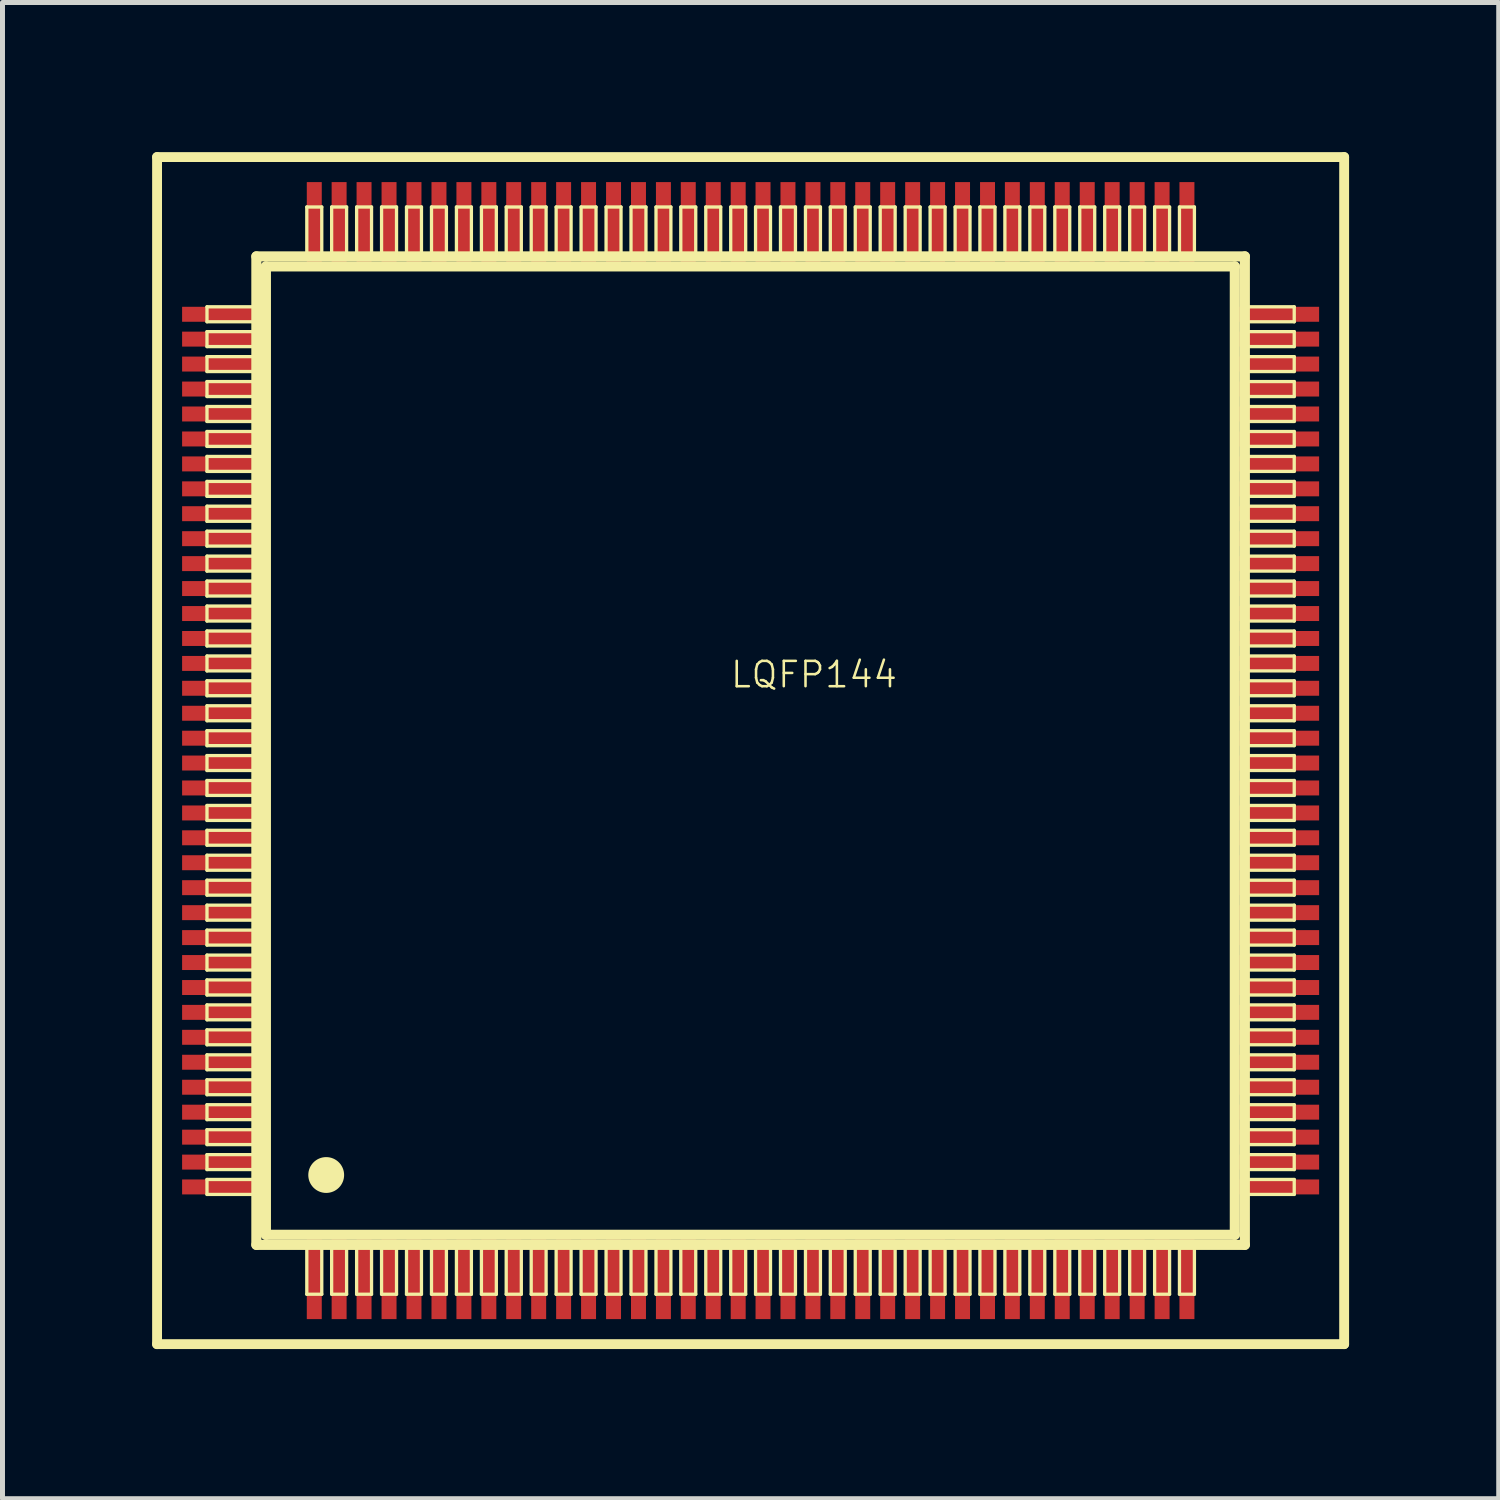
<source format=kicad_pcb>
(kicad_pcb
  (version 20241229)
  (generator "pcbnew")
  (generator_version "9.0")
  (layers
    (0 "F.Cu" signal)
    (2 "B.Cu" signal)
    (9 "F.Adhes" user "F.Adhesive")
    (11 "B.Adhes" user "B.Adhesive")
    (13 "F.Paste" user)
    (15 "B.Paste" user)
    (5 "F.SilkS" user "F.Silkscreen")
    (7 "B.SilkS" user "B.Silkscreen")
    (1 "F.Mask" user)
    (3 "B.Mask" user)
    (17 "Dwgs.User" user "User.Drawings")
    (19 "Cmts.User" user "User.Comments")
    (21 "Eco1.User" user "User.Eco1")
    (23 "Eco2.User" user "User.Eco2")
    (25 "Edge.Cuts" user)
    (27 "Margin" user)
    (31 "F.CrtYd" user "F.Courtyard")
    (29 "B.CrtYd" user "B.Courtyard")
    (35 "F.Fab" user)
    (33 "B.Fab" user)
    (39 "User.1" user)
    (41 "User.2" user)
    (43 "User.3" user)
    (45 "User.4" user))
  (footprint "LQFP144"
    (layer "F.Cu")
    (at 11.999 11.999)
    (property "Reference" "LQFP144" (at 1.27 -1.524 0) (layer "F.SilkS") (effects (font (size 0.508 0.508) (thickness 0.051))))
    (attr smd)
    (fp_line (start -11.9 -11.9) (end 11.9 -11.9) (stroke (width 0.198) (type solid)) (layer "F.SilkS"))
    (fp_line (start -11.9 11.9) (end -11.9 -11.9) (stroke (width 0.198) (type solid)) (layer "F.SilkS"))
    (fp_line (start -10.899 -8.898) (end -9.949 -8.898) (stroke (width 0.066) (type solid)) (layer "F.SilkS"))
    (fp_line (start -10.899 -8.598) (end -10.899 -8.898) (stroke (width 0.066) (type solid)) (layer "F.SilkS"))
    (fp_line (start -10.899 -8.598) (end -9.949 -8.598) (stroke (width 0.066) (type solid)) (layer "F.SilkS"))
    (fp_line (start -10.899 -8.4) (end -9.949 -8.4) (stroke (width 0.066) (type solid)) (layer "F.SilkS"))
    (fp_line (start -10.899 -8.1) (end -10.899 -8.4) (stroke (width 0.066) (type solid)) (layer "F.SilkS"))
    (fp_line (start -10.899 -8.1) (end -9.949 -8.1) (stroke (width 0.066) (type solid)) (layer "F.SilkS"))
    (fp_line (start -10.899 -7.899) (end -9.949 -7.899) (stroke (width 0.066) (type solid)) (layer "F.SilkS"))
    (fp_line (start -10.899 -7.6) (end -10.899 -7.899) (stroke (width 0.066) (type solid)) (layer "F.SilkS"))
    (fp_line (start -10.899 -7.6) (end -9.949 -7.6) (stroke (width 0.066) (type solid)) (layer "F.SilkS"))
    (fp_line (start -10.899 -7.399) (end -9.949 -7.399) (stroke (width 0.066) (type solid)) (layer "F.SilkS"))
    (fp_line (start -10.899 -7.099) (end -10.899 -7.399) (stroke (width 0.066) (type solid)) (layer "F.SilkS"))
    (fp_line (start -10.899 -7.099) (end -9.949 -7.099) (stroke (width 0.066) (type solid)) (layer "F.SilkS"))
    (fp_line (start -10.899 -6.899) (end -9.949 -6.899) (stroke (width 0.066) (type solid)) (layer "F.SilkS"))
    (fp_line (start -10.899 -6.599) (end -10.899 -6.899) (stroke (width 0.066) (type solid)) (layer "F.SilkS"))
    (fp_line (start -10.899 -6.599) (end -9.949 -6.599) (stroke (width 0.066) (type solid)) (layer "F.SilkS"))
    (fp_line (start -10.899 -6.398) (end -9.949 -6.398) (stroke (width 0.066) (type solid)) (layer "F.SilkS"))
    (fp_line (start -10.899 -6.099) (end -10.899 -6.398) (stroke (width 0.066) (type solid)) (layer "F.SilkS"))
    (fp_line (start -10.899 -6.099) (end -9.949 -6.099) (stroke (width 0.066) (type solid)) (layer "F.SilkS"))
    (fp_line (start -10.899 -5.898) (end -9.949 -5.898) (stroke (width 0.066) (type solid)) (layer "F.SilkS"))
    (fp_line (start -10.899 -5.598) (end -10.899 -5.898) (stroke (width 0.066) (type solid)) (layer "F.SilkS"))
    (fp_line (start -10.899 -5.598) (end -9.949 -5.598) (stroke (width 0.066) (type solid)) (layer "F.SilkS"))
    (fp_line (start -10.899 -5.397) (end -9.949 -5.397) (stroke (width 0.066) (type solid)) (layer "F.SilkS"))
    (fp_line (start -10.899 -5.098) (end -10.899 -5.397) (stroke (width 0.066) (type solid)) (layer "F.SilkS"))
    (fp_line (start -10.899 -5.098) (end -9.949 -5.098) (stroke (width 0.066) (type solid)) (layer "F.SilkS"))
    (fp_line (start -10.899 -4.9) (end -9.949 -4.9) (stroke (width 0.066) (type solid)) (layer "F.SilkS"))
    (fp_line (start -10.899 -4.597) (end -10.899 -4.9) (stroke (width 0.066) (type solid)) (layer "F.SilkS"))
    (fp_line (start -10.899 -4.597) (end -9.949 -4.597) (stroke (width 0.066) (type solid)) (layer "F.SilkS"))
    (fp_line (start -10.899 -4.399) (end -9.949 -4.399) (stroke (width 0.066) (type solid)) (layer "F.SilkS"))
    (fp_line (start -10.899 -4.1) (end -10.899 -4.399) (stroke (width 0.066) (type solid)) (layer "F.SilkS"))
    (fp_line (start -10.899 -4.1) (end -9.949 -4.1) (stroke (width 0.066) (type solid)) (layer "F.SilkS"))
    (fp_line (start -10.899 -3.899) (end -9.949 -3.899) (stroke (width 0.066) (type solid)) (layer "F.SilkS"))
    (fp_line (start -10.899 -3.599) (end -10.899 -3.899) (stroke (width 0.066) (type solid)) (layer "F.SilkS"))
    (fp_line (start -10.899 -3.599) (end -9.949 -3.599) (stroke (width 0.066) (type solid)) (layer "F.SilkS"))
    (fp_line (start -10.899 -3.399) (end -9.949 -3.399) (stroke (width 0.066) (type solid)) (layer "F.SilkS"))
    (fp_line (start -10.899 -3.099) (end -10.899 -3.399) (stroke (width 0.066) (type solid)) (layer "F.SilkS"))
    (fp_line (start -10.899 -3.099) (end -9.949 -3.099) (stroke (width 0.066) (type solid)) (layer "F.SilkS"))
    (fp_line (start -10.899 -2.898) (end -9.949 -2.898) (stroke (width 0.066) (type solid)) (layer "F.SilkS"))
    (fp_line (start -10.899 -2.598) (end -10.899 -2.898) (stroke (width 0.066) (type solid)) (layer "F.SilkS"))
    (fp_line (start -10.899 -2.598) (end -9.949 -2.598) (stroke (width 0.066) (type solid)) (layer "F.SilkS"))
    (fp_line (start -10.899 -2.398) (end -9.949 -2.398) (stroke (width 0.066) (type solid)) (layer "F.SilkS"))
    (fp_line (start -10.899 -2.098) (end -10.899 -2.398) (stroke (width 0.066) (type solid)) (layer "F.SilkS"))
    (fp_line (start -10.899 -2.098) (end -9.949 -2.098) (stroke (width 0.066) (type solid)) (layer "F.SilkS"))
    (fp_line (start -10.899 -1.897) (end -9.949 -1.897) (stroke (width 0.066) (type solid)) (layer "F.SilkS"))
    (fp_line (start -10.899 -1.598) (end -10.899 -1.897) (stroke (width 0.066) (type solid)) (layer "F.SilkS"))
    (fp_line (start -10.899 -1.598) (end -9.949 -1.598) (stroke (width 0.066) (type solid)) (layer "F.SilkS"))
    (fp_line (start -10.899 -1.4) (end -9.949 -1.4) (stroke (width 0.066) (type solid)) (layer "F.SilkS"))
    (fp_line (start -10.899 -1.1) (end -10.899 -1.4) (stroke (width 0.066) (type solid)) (layer "F.SilkS"))
    (fp_line (start -10.899 -1.1) (end -9.949 -1.1) (stroke (width 0.066) (type solid)) (layer "F.SilkS"))
    (fp_line (start -10.899 -0.899) (end -9.949 -0.899) (stroke (width 0.066) (type solid)) (layer "F.SilkS"))
    (fp_line (start -10.899 -0.599) (end -10.899 -0.899) (stroke (width 0.066) (type solid)) (layer "F.SilkS"))
    (fp_line (start -10.899 -0.599) (end -9.949 -0.599) (stroke (width 0.066) (type solid)) (layer "F.SilkS"))
    (fp_line (start -10.899 -0.399) (end -9.949 -0.399) (stroke (width 0.066) (type solid)) (layer "F.SilkS"))
    (fp_line (start -10.899 -0.099) (end -10.899 -0.399) (stroke (width 0.066) (type solid)) (layer "F.SilkS"))
    (fp_line (start -10.899 -0.099) (end -9.949 -0.099) (stroke (width 0.066) (type solid)) (layer "F.SilkS"))
    (fp_line (start -10.899 0.099) (end -9.949 0.099) (stroke (width 0.066) (type solid)) (layer "F.SilkS"))
    (fp_line (start -10.899 0.399) (end -10.899 0.099) (stroke (width 0.066) (type solid)) (layer "F.SilkS"))
    (fp_line (start -10.899 0.399) (end -9.949 0.399) (stroke (width 0.066) (type solid)) (layer "F.SilkS"))
    (fp_line (start -10.899 0.599) (end -9.949 0.599) (stroke (width 0.066) (type solid)) (layer "F.SilkS"))
    (fp_line (start -10.899 0.899) (end -10.899 0.599) (stroke (width 0.066) (type solid)) (layer "F.SilkS"))
    (fp_line (start -10.899 0.899) (end -9.949 0.899) (stroke (width 0.066) (type solid)) (layer "F.SilkS"))
    (fp_line (start -10.899 1.1) (end -9.949 1.1) (stroke (width 0.066) (type solid)) (layer "F.SilkS"))
    (fp_line (start -10.899 1.4) (end -10.899 1.1) (stroke (width 0.066) (type solid)) (layer "F.SilkS"))
    (fp_line (start -10.899 1.4) (end -9.949 1.4) (stroke (width 0.066) (type solid)) (layer "F.SilkS"))
    (fp_line (start -10.899 1.598) (end -9.949 1.598) (stroke (width 0.066) (type solid)) (layer "F.SilkS"))
    (fp_line (start -10.899 1.897) (end -10.899 1.598) (stroke (width 0.066) (type solid)) (layer "F.SilkS"))
    (fp_line (start -10.899 1.897) (end -9.949 1.897) (stroke (width 0.066) (type solid)) (layer "F.SilkS"))
    (fp_line (start -10.899 2.098) (end -9.949 2.098) (stroke (width 0.066) (type solid)) (layer "F.SilkS"))
    (fp_line (start -10.899 2.398) (end -10.899 2.098) (stroke (width 0.066) (type solid)) (layer "F.SilkS"))
    (fp_line (start -10.899 2.398) (end -9.949 2.398) (stroke (width 0.066) (type solid)) (layer "F.SilkS"))
    (fp_line (start -10.899 2.598) (end -9.949 2.598) (stroke (width 0.066) (type solid)) (layer "F.SilkS"))
    (fp_line (start -10.899 2.898) (end -10.899 2.598) (stroke (width 0.066) (type solid)) (layer "F.SilkS"))
    (fp_line (start -10.899 2.898) (end -9.949 2.898) (stroke (width 0.066) (type solid)) (layer "F.SilkS"))
    (fp_line (start -10.899 3.099) (end -9.949 3.099) (stroke (width 0.066) (type solid)) (layer "F.SilkS"))
    (fp_line (start -10.899 3.399) (end -10.899 3.099) (stroke (width 0.066) (type solid)) (layer "F.SilkS"))
    (fp_line (start -10.899 3.399) (end -9.949 3.399) (stroke (width 0.066) (type solid)) (layer "F.SilkS"))
    (fp_line (start -10.899 3.599) (end -9.949 3.599) (stroke (width 0.066) (type solid)) (layer "F.SilkS"))
    (fp_line (start -10.899 3.899) (end -10.899 3.599) (stroke (width 0.066) (type solid)) (layer "F.SilkS"))
    (fp_line (start -10.899 3.899) (end -9.949 3.899) (stroke (width 0.066) (type solid)) (layer "F.SilkS"))
    (fp_line (start -10.899 4.1) (end -9.949 4.1) (stroke (width 0.066) (type solid)) (layer "F.SilkS"))
    (fp_line (start -10.899 4.399) (end -10.899 4.1) (stroke (width 0.066) (type solid)) (layer "F.SilkS"))
    (fp_line (start -10.899 4.399) (end -9.949 4.399) (stroke (width 0.066) (type solid)) (layer "F.SilkS"))
    (fp_line (start -10.899 4.597) (end -9.949 4.597) (stroke (width 0.066) (type solid)) (layer "F.SilkS"))
    (fp_line (start -10.899 4.9) (end -10.899 4.597) (stroke (width 0.066) (type solid)) (layer "F.SilkS"))
    (fp_line (start -10.899 4.9) (end -9.949 4.9) (stroke (width 0.066) (type solid)) (layer "F.SilkS"))
    (fp_line (start -10.899 5.098) (end -9.949 5.098) (stroke (width 0.066) (type solid)) (layer "F.SilkS"))
    (fp_line (start -10.899 5.397) (end -10.899 5.098) (stroke (width 0.066) (type solid)) (layer "F.SilkS"))
    (fp_line (start -10.899 5.397) (end -9.949 5.397) (stroke (width 0.066) (type solid)) (layer "F.SilkS"))
    (fp_line (start -10.899 5.598) (end -9.949 5.598) (stroke (width 0.066) (type solid)) (layer "F.SilkS"))
    (fp_line (start -10.899 5.898) (end -10.899 5.598) (stroke (width 0.066) (type solid)) (layer "F.SilkS"))
    (fp_line (start -10.899 5.898) (end -9.949 5.898) (stroke (width 0.066) (type solid)) (layer "F.SilkS"))
    (fp_line (start -10.899 6.099) (end -9.949 6.099) (stroke (width 0.066) (type solid)) (layer "F.SilkS"))
    (fp_line (start -10.899 6.398) (end -10.899 6.099) (stroke (width 0.066) (type solid)) (layer "F.SilkS"))
    (fp_line (start -10.899 6.398) (end -9.949 6.398) (stroke (width 0.066) (type solid)) (layer "F.SilkS"))
    (fp_line (start -10.899 6.599) (end -9.949 6.599) (stroke (width 0.066) (type solid)) (layer "F.SilkS"))
    (fp_line (start -10.899 6.899) (end -10.899 6.599) (stroke (width 0.066) (type solid)) (layer "F.SilkS"))
    (fp_line (start -10.899 6.899) (end -9.949 6.899) (stroke (width 0.066) (type solid)) (layer "F.SilkS"))
    (fp_line (start -10.899 7.099) (end -9.949 7.099) (stroke (width 0.066) (type solid)) (layer "F.SilkS"))
    (fp_line (start -10.899 7.399) (end -10.899 7.099) (stroke (width 0.066) (type solid)) (layer "F.SilkS"))
    (fp_line (start -10.899 7.399) (end -9.949 7.399) (stroke (width 0.066) (type solid)) (layer "F.SilkS"))
    (fp_line (start -10.899 7.6) (end -9.949 7.6) (stroke (width 0.066) (type solid)) (layer "F.SilkS"))
    (fp_line (start -10.899 7.899) (end -10.899 7.6) (stroke (width 0.066) (type solid)) (layer "F.SilkS"))
    (fp_line (start -10.899 7.899) (end -9.949 7.899) (stroke (width 0.066) (type solid)) (layer "F.SilkS"))
    (fp_line (start -10.899 8.1) (end -9.949 8.1) (stroke (width 0.066) (type solid)) (layer "F.SilkS"))
    (fp_line (start -10.899 8.4) (end -10.899 8.1) (stroke (width 0.066) (type solid)) (layer "F.SilkS"))
    (fp_line (start -10.899 8.4) (end -9.949 8.4) (stroke (width 0.066) (type solid)) (layer "F.SilkS"))
    (fp_line (start -10.899 8.598) (end -9.949 8.598) (stroke (width 0.066) (type solid)) (layer "F.SilkS"))
    (fp_line (start -10.899 8.898) (end -10.899 8.598) (stroke (width 0.066) (type solid)) (layer "F.SilkS"))
    (fp_line (start -10.899 8.898) (end -9.949 8.898) (stroke (width 0.066) (type solid)) (layer "F.SilkS"))
    (fp_line (start -9.949 -8.598) (end -9.949 -8.898) (stroke (width 0.066) (type solid)) (layer "F.SilkS"))
    (fp_line (start -9.949 -8.1) (end -9.949 -8.4) (stroke (width 0.066) (type solid)) (layer "F.SilkS"))
    (fp_line (start -9.949 -7.6) (end -9.949 -7.899) (stroke (width 0.066) (type solid)) (layer "F.SilkS"))
    (fp_line (start -9.949 -7.099) (end -9.949 -7.399) (stroke (width 0.066) (type solid)) (layer "F.SilkS"))
    (fp_line (start -9.949 -6.599) (end -9.949 -6.899) (stroke (width 0.066) (type solid)) (layer "F.SilkS"))
    (fp_line (start -9.949 -6.099) (end -9.949 -6.398) (stroke (width 0.066) (type solid)) (layer "F.SilkS"))
    (fp_line (start -9.949 -5.598) (end -9.949 -5.898) (stroke (width 0.066) (type solid)) (layer "F.SilkS"))
    (fp_line (start -9.949 -5.098) (end -9.949 -5.397) (stroke (width 0.066) (type solid)) (layer "F.SilkS"))
    (fp_line (start -9.949 -4.597) (end -9.949 -4.9) (stroke (width 0.066) (type solid)) (layer "F.SilkS"))
    (fp_line (start -9.949 -4.1) (end -9.949 -4.399) (stroke (width 0.066) (type solid)) (layer "F.SilkS"))
    (fp_line (start -9.949 -3.599) (end -9.949 -3.899) (stroke (width 0.066) (type solid)) (layer "F.SilkS"))
    (fp_line (start -9.949 -3.099) (end -9.949 -3.399) (stroke (width 0.066) (type solid)) (layer "F.SilkS"))
    (fp_line (start -9.949 -2.598) (end -9.949 -2.898) (stroke (width 0.066) (type solid)) (layer "F.SilkS"))
    (fp_line (start -9.949 -2.098) (end -9.949 -2.398) (stroke (width 0.066) (type solid)) (layer "F.SilkS"))
    (fp_line (start -9.949 -1.598) (end -9.949 -1.897) (stroke (width 0.066) (type solid)) (layer "F.SilkS"))
    (fp_line (start -9.949 -1.1) (end -9.949 -1.4) (stroke (width 0.066) (type solid)) (layer "F.SilkS"))
    (fp_line (start -9.949 -0.599) (end -9.949 -0.899) (stroke (width 0.066) (type solid)) (layer "F.SilkS"))
    (fp_line (start -9.949 -0.099) (end -9.949 -0.399) (stroke (width 0.066) (type solid)) (layer "F.SilkS"))
    (fp_line (start -9.949 0.399) (end -9.949 0.099) (stroke (width 0.066) (type solid)) (layer "F.SilkS"))
    (fp_line (start -9.949 0.899) (end -9.949 0.599) (stroke (width 0.066) (type solid)) (layer "F.SilkS"))
    (fp_line (start -9.949 1.4) (end -9.949 1.1) (stroke (width 0.066) (type solid)) (layer "F.SilkS"))
    (fp_line (start -9.949 1.897) (end -9.949 1.598) (stroke (width 0.066) (type solid)) (layer "F.SilkS"))
    (fp_line (start -9.949 2.398) (end -9.949 2.098) (stroke (width 0.066) (type solid)) (layer "F.SilkS"))
    (fp_line (start -9.949 2.898) (end -9.949 2.598) (stroke (width 0.066) (type solid)) (layer "F.SilkS"))
    (fp_line (start -9.949 3.399) (end -9.949 3.099) (stroke (width 0.066) (type solid)) (layer "F.SilkS"))
    (fp_line (start -9.949 3.899) (end -9.949 3.599) (stroke (width 0.066) (type solid)) (layer "F.SilkS"))
    (fp_line (start -9.949 4.399) (end -9.949 4.1) (stroke (width 0.066) (type solid)) (layer "F.SilkS"))
    (fp_line (start -9.949 4.9) (end -9.949 4.597) (stroke (width 0.066) (type solid)) (layer "F.SilkS"))
    (fp_line (start -9.949 5.397) (end -9.949 5.098) (stroke (width 0.066) (type solid)) (layer "F.SilkS"))
    (fp_line (start -9.949 5.898) (end -9.949 5.598) (stroke (width 0.066) (type solid)) (layer "F.SilkS"))
    (fp_line (start -9.949 6.398) (end -9.949 6.099) (stroke (width 0.066) (type solid)) (layer "F.SilkS"))
    (fp_line (start -9.949 6.899) (end -9.949 6.599) (stroke (width 0.066) (type solid)) (layer "F.SilkS"))
    (fp_line (start -9.949 7.399) (end -9.949 7.099) (stroke (width 0.066) (type solid)) (layer "F.SilkS"))
    (fp_line (start -9.949 7.899) (end -9.949 7.6) (stroke (width 0.066) (type solid)) (layer "F.SilkS"))
    (fp_line (start -9.949 8.4) (end -9.949 8.1) (stroke (width 0.066) (type solid)) (layer "F.SilkS"))
    (fp_line (start -9.949 8.898) (end -9.949 8.598) (stroke (width 0.066) (type solid)) (layer "F.SilkS"))
    (fp_line (start -9.909 -9.909) (end -9.909 9.909) (stroke (width 0.203) (type solid)) (layer "F.SilkS"))
    (fp_line (start -9.909 9.909) (end 9.909 9.909) (stroke (width 0.203) (type solid)) (layer "F.SilkS"))
    (fp_line (start -9.718 -9.708) (end 9.708 -9.708) (stroke (width 0.203) (type solid)) (layer "F.SilkS"))
    (fp_line (start -9.718 9.708) (end -9.718 -9.708) (stroke (width 0.203) (type solid)) (layer "F.SilkS"))
    (fp_line (start -8.898 -10.899) (end -8.598 -10.899) (stroke (width 0.066) (type solid)) (layer "F.SilkS"))
    (fp_line (start -8.898 -9.949) (end -8.898 -10.899) (stroke (width 0.066) (type solid)) (layer "F.SilkS"))
    (fp_line (start -8.898 -9.949) (end -8.598 -9.949) (stroke (width 0.066) (type solid)) (layer "F.SilkS"))
    (fp_line (start -8.898 9.949) (end -8.598 9.949) (stroke (width 0.066) (type solid)) (layer "F.SilkS"))
    (fp_line (start -8.898 10.899) (end -8.898 9.949) (stroke (width 0.066) (type solid)) (layer "F.SilkS"))
    (fp_line (start -8.898 10.899) (end -8.598 10.899) (stroke (width 0.066) (type solid)) (layer "F.SilkS"))
    (fp_line (start -8.598 -9.949) (end -8.598 -10.899) (stroke (width 0.066) (type solid)) (layer "F.SilkS"))
    (fp_line (start -8.598 10.899) (end -8.598 9.949) (stroke (width 0.066) (type solid)) (layer "F.SilkS"))
    (fp_line (start -8.4 -10.899) (end -8.1 -10.899) (stroke (width 0.066) (type solid)) (layer "F.SilkS"))
    (fp_line (start -8.4 -9.949) (end -8.4 -10.899) (stroke (width 0.066) (type solid)) (layer "F.SilkS"))
    (fp_line (start -8.4 -9.949) (end -8.1 -9.949) (stroke (width 0.066) (type solid)) (layer "F.SilkS"))
    (fp_line (start -8.4 9.949) (end -8.1 9.949) (stroke (width 0.066) (type solid)) (layer "F.SilkS"))
    (fp_line (start -8.4 10.899) (end -8.4 9.949) (stroke (width 0.066) (type solid)) (layer "F.SilkS"))
    (fp_line (start -8.4 10.899) (end -8.1 10.899) (stroke (width 0.066) (type solid)) (layer "F.SilkS"))
    (fp_line (start -8.1 -9.949) (end -8.1 -10.899) (stroke (width 0.066) (type solid)) (layer "F.SilkS"))
    (fp_line (start -8.1 10.899) (end -8.1 9.949) (stroke (width 0.066) (type solid)) (layer "F.SilkS"))
    (fp_line (start -7.899 -10.899) (end -7.6 -10.899) (stroke (width 0.066) (type solid)) (layer "F.SilkS"))
    (fp_line (start -7.899 -9.949) (end -7.899 -10.899) (stroke (width 0.066) (type solid)) (layer "F.SilkS"))
    (fp_line (start -7.899 -9.949) (end -7.6 -9.949) (stroke (width 0.066) (type solid)) (layer "F.SilkS"))
    (fp_line (start -7.899 9.949) (end -7.6 9.949) (stroke (width 0.066) (type solid)) (layer "F.SilkS"))
    (fp_line (start -7.899 10.899) (end -7.899 9.949) (stroke (width 0.066) (type solid)) (layer "F.SilkS"))
    (fp_line (start -7.899 10.899) (end -7.6 10.899) (stroke (width 0.066) (type solid)) (layer "F.SilkS"))
    (fp_line (start -7.6 -9.949) (end -7.6 -10.899) (stroke (width 0.066) (type solid)) (layer "F.SilkS"))
    (fp_line (start -7.6 10.899) (end -7.6 9.949) (stroke (width 0.066) (type solid)) (layer "F.SilkS"))
    (fp_line (start -7.399 -10.899) (end -7.099 -10.899) (stroke (width 0.066) (type solid)) (layer "F.SilkS"))
    (fp_line (start -7.399 -9.949) (end -7.399 -10.899) (stroke (width 0.066) (type solid)) (layer "F.SilkS"))
    (fp_line (start -7.399 -9.949) (end -7.099 -9.949) (stroke (width 0.066) (type solid)) (layer "F.SilkS"))
    (fp_line (start -7.399 9.949) (end -7.099 9.949) (stroke (width 0.066) (type solid)) (layer "F.SilkS"))
    (fp_line (start -7.399 10.899) (end -7.399 9.949) (stroke (width 0.066) (type solid)) (layer "F.SilkS"))
    (fp_line (start -7.399 10.899) (end -7.099 10.899) (stroke (width 0.066) (type solid)) (layer "F.SilkS"))
    (fp_line (start -7.099 -9.949) (end -7.099 -10.899) (stroke (width 0.066) (type solid)) (layer "F.SilkS"))
    (fp_line (start -7.099 10.899) (end -7.099 9.949) (stroke (width 0.066) (type solid)) (layer "F.SilkS"))
    (fp_line (start -6.899 -10.899) (end -6.599 -10.899) (stroke (width 0.066) (type solid)) (layer "F.SilkS"))
    (fp_line (start -6.899 -9.949) (end -6.899 -10.899) (stroke (width 0.066) (type solid)) (layer "F.SilkS"))
    (fp_line (start -6.899 -9.949) (end -6.599 -9.949) (stroke (width 0.066) (type solid)) (layer "F.SilkS"))
    (fp_line (start -6.899 9.949) (end -6.599 9.949) (stroke (width 0.066) (type solid)) (layer "F.SilkS"))
    (fp_line (start -6.899 10.899) (end -6.899 9.949) (stroke (width 0.066) (type solid)) (layer "F.SilkS"))
    (fp_line (start -6.899 10.899) (end -6.599 10.899) (stroke (width 0.066) (type solid)) (layer "F.SilkS"))
    (fp_line (start -6.599 -9.949) (end -6.599 -10.899) (stroke (width 0.066) (type solid)) (layer "F.SilkS"))
    (fp_line (start -6.599 10.899) (end -6.599 9.949) (stroke (width 0.066) (type solid)) (layer "F.SilkS"))
    (fp_line (start -6.398 -10.899) (end -6.099 -10.899) (stroke (width 0.066) (type solid)) (layer "F.SilkS"))
    (fp_line (start -6.398 -9.949) (end -6.398 -10.899) (stroke (width 0.066) (type solid)) (layer "F.SilkS"))
    (fp_line (start -6.398 -9.949) (end -6.099 -9.949) (stroke (width 0.066) (type solid)) (layer "F.SilkS"))
    (fp_line (start -6.398 9.949) (end -6.099 9.949) (stroke (width 0.066) (type solid)) (layer "F.SilkS"))
    (fp_line (start -6.398 10.899) (end -6.398 9.949) (stroke (width 0.066) (type solid)) (layer "F.SilkS"))
    (fp_line (start -6.398 10.899) (end -6.099 10.899) (stroke (width 0.066) (type solid)) (layer "F.SilkS"))
    (fp_line (start -6.099 -9.949) (end -6.099 -10.899) (stroke (width 0.066) (type solid)) (layer "F.SilkS"))
    (fp_line (start -6.099 10.899) (end -6.099 9.949) (stroke (width 0.066) (type solid)) (layer "F.SilkS"))
    (fp_line (start -5.898 -10.899) (end -5.598 -10.899) (stroke (width 0.066) (type solid)) (layer "F.SilkS"))
    (fp_line (start -5.898 -9.949) (end -5.898 -10.899) (stroke (width 0.066) (type solid)) (layer "F.SilkS"))
    (fp_line (start -5.898 -9.949) (end -5.598 -9.949) (stroke (width 0.066) (type solid)) (layer "F.SilkS"))
    (fp_line (start -5.898 9.949) (end -5.598 9.949) (stroke (width 0.066) (type solid)) (layer "F.SilkS"))
    (fp_line (start -5.898 10.899) (end -5.898 9.949) (stroke (width 0.066) (type solid)) (layer "F.SilkS"))
    (fp_line (start -5.898 10.899) (end -5.598 10.899) (stroke (width 0.066) (type solid)) (layer "F.SilkS"))
    (fp_line (start -5.598 -9.949) (end -5.598 -10.899) (stroke (width 0.066) (type solid)) (layer "F.SilkS"))
    (fp_line (start -5.598 10.899) (end -5.598 9.949) (stroke (width 0.066) (type solid)) (layer "F.SilkS"))
    (fp_line (start -5.397 -10.899) (end -5.098 -10.899) (stroke (width 0.066) (type solid)) (layer "F.SilkS"))
    (fp_line (start -5.397 -9.949) (end -5.397 -10.899) (stroke (width 0.066) (type solid)) (layer "F.SilkS"))
    (fp_line (start -5.397 -9.949) (end -5.098 -9.949) (stroke (width 0.066) (type solid)) (layer "F.SilkS"))
    (fp_line (start -5.397 9.949) (end -5.098 9.949) (stroke (width 0.066) (type solid)) (layer "F.SilkS"))
    (fp_line (start -5.397 10.899) (end -5.397 9.949) (stroke (width 0.066) (type solid)) (layer "F.SilkS"))
    (fp_line (start -5.397 10.899) (end -5.098 10.899) (stroke (width 0.066) (type solid)) (layer "F.SilkS"))
    (fp_line (start -5.098 -9.949) (end -5.098 -10.899) (stroke (width 0.066) (type solid)) (layer "F.SilkS"))
    (fp_line (start -5.098 10.899) (end -5.098 9.949) (stroke (width 0.066) (type solid)) (layer "F.SilkS"))
    (fp_line (start -4.9 -10.899) (end -4.597 -10.899) (stroke (width 0.066) (type solid)) (layer "F.SilkS"))
    (fp_line (start -4.9 -9.949) (end -4.9 -10.899) (stroke (width 0.066) (type solid)) (layer "F.SilkS"))
    (fp_line (start -4.9 -9.949) (end -4.597 -9.949) (stroke (width 0.066) (type solid)) (layer "F.SilkS"))
    (fp_line (start -4.9 9.949) (end -4.597 9.949) (stroke (width 0.066) (type solid)) (layer "F.SilkS"))
    (fp_line (start -4.9 10.899) (end -4.9 9.949) (stroke (width 0.066) (type solid)) (layer "F.SilkS"))
    (fp_line (start -4.9 10.899) (end -4.597 10.899) (stroke (width 0.066) (type solid)) (layer "F.SilkS"))
    (fp_line (start -4.597 -9.949) (end -4.597 -10.899) (stroke (width 0.066) (type solid)) (layer "F.SilkS"))
    (fp_line (start -4.597 10.899) (end -4.597 9.949) (stroke (width 0.066) (type solid)) (layer "F.SilkS"))
    (fp_line (start -4.399 -10.899) (end -4.1 -10.899) (stroke (width 0.066) (type solid)) (layer "F.SilkS"))
    (fp_line (start -4.399 -9.949) (end -4.399 -10.899) (stroke (width 0.066) (type solid)) (layer "F.SilkS"))
    (fp_line (start -4.399 -9.949) (end -4.1 -9.949) (stroke (width 0.066) (type solid)) (layer "F.SilkS"))
    (fp_line (start -4.399 9.949) (end -4.1 9.949) (stroke (width 0.066) (type solid)) (layer "F.SilkS"))
    (fp_line (start -4.399 10.899) (end -4.399 9.949) (stroke (width 0.066) (type solid)) (layer "F.SilkS"))
    (fp_line (start -4.399 10.899) (end -4.1 10.899) (stroke (width 0.066) (type solid)) (layer "F.SilkS"))
    (fp_line (start -4.1 -9.949) (end -4.1 -10.899) (stroke (width 0.066) (type solid)) (layer "F.SilkS"))
    (fp_line (start -4.1 10.899) (end -4.1 9.949) (stroke (width 0.066) (type solid)) (layer "F.SilkS"))
    (fp_line (start -3.899 -10.899) (end -3.599 -10.899) (stroke (width 0.066) (type solid)) (layer "F.SilkS"))
    (fp_line (start -3.899 -9.949) (end -3.899 -10.899) (stroke (width 0.066) (type solid)) (layer "F.SilkS"))
    (fp_line (start -3.899 -9.949) (end -3.599 -9.949) (stroke (width 0.066) (type solid)) (layer "F.SilkS"))
    (fp_line (start -3.899 9.949) (end -3.599 9.949) (stroke (width 0.066) (type solid)) (layer "F.SilkS"))
    (fp_line (start -3.899 10.899) (end -3.899 9.949) (stroke (width 0.066) (type solid)) (layer "F.SilkS"))
    (fp_line (start -3.899 10.899) (end -3.599 10.899) (stroke (width 0.066) (type solid)) (layer "F.SilkS"))
    (fp_line (start -3.599 -9.949) (end -3.599 -10.899) (stroke (width 0.066) (type solid)) (layer "F.SilkS"))
    (fp_line (start -3.599 10.899) (end -3.599 9.949) (stroke (width 0.066) (type solid)) (layer "F.SilkS"))
    (fp_line (start -3.399 -10.899) (end -3.099 -10.899) (stroke (width 0.066) (type solid)) (layer "F.SilkS"))
    (fp_line (start -3.399 -9.949) (end -3.399 -10.899) (stroke (width 0.066) (type solid)) (layer "F.SilkS"))
    (fp_line (start -3.399 -9.949) (end -3.099 -9.949) (stroke (width 0.066) (type solid)) (layer "F.SilkS"))
    (fp_line (start -3.399 9.949) (end -3.099 9.949) (stroke (width 0.066) (type solid)) (layer "F.SilkS"))
    (fp_line (start -3.399 10.899) (end -3.399 9.949) (stroke (width 0.066) (type solid)) (layer "F.SilkS"))
    (fp_line (start -3.399 10.899) (end -3.099 10.899) (stroke (width 0.066) (type solid)) (layer "F.SilkS"))
    (fp_line (start -3.099 -9.949) (end -3.099 -10.899) (stroke (width 0.066) (type solid)) (layer "F.SilkS"))
    (fp_line (start -3.099 10.899) (end -3.099 9.949) (stroke (width 0.066) (type solid)) (layer "F.SilkS"))
    (fp_line (start -2.898 -10.899) (end -2.598 -10.899) (stroke (width 0.066) (type solid)) (layer "F.SilkS"))
    (fp_line (start -2.898 -9.949) (end -2.898 -10.899) (stroke (width 0.066) (type solid)) (layer "F.SilkS"))
    (fp_line (start -2.898 -9.949) (end -2.598 -9.949) (stroke (width 0.066) (type solid)) (layer "F.SilkS"))
    (fp_line (start -2.898 9.949) (end -2.598 9.949) (stroke (width 0.066) (type solid)) (layer "F.SilkS"))
    (fp_line (start -2.898 10.899) (end -2.898 9.949) (stroke (width 0.066) (type solid)) (layer "F.SilkS"))
    (fp_line (start -2.898 10.899) (end -2.598 10.899) (stroke (width 0.066) (type solid)) (layer "F.SilkS"))
    (fp_line (start -2.598 -9.949) (end -2.598 -10.899) (stroke (width 0.066) (type solid)) (layer "F.SilkS"))
    (fp_line (start -2.598 10.899) (end -2.598 9.949) (stroke (width 0.066) (type solid)) (layer "F.SilkS"))
    (fp_line (start -2.398 -10.899) (end -2.098 -10.899) (stroke (width 0.066) (type solid)) (layer "F.SilkS"))
    (fp_line (start -2.398 -9.949) (end -2.398 -10.899) (stroke (width 0.066) (type solid)) (layer "F.SilkS"))
    (fp_line (start -2.398 -9.949) (end -2.098 -9.949) (stroke (width 0.066) (type solid)) (layer "F.SilkS"))
    (fp_line (start -2.398 9.949) (end -2.098 9.949) (stroke (width 0.066) (type solid)) (layer "F.SilkS"))
    (fp_line (start -2.398 10.899) (end -2.398 9.949) (stroke (width 0.066) (type solid)) (layer "F.SilkS"))
    (fp_line (start -2.398 10.899) (end -2.098 10.899) (stroke (width 0.066) (type solid)) (layer "F.SilkS"))
    (fp_line (start -2.098 -9.949) (end -2.098 -10.899) (stroke (width 0.066) (type solid)) (layer "F.SilkS"))
    (fp_line (start -2.098 10.899) (end -2.098 9.949) (stroke (width 0.066) (type solid)) (layer "F.SilkS"))
    (fp_line (start -1.897 -10.899) (end -1.598 -10.899) (stroke (width 0.066) (type solid)) (layer "F.SilkS"))
    (fp_line (start -1.897 -9.949) (end -1.897 -10.899) (stroke (width 0.066) (type solid)) (layer "F.SilkS"))
    (fp_line (start -1.897 -9.949) (end -1.598 -9.949) (stroke (width 0.066) (type solid)) (layer "F.SilkS"))
    (fp_line (start -1.897 9.949) (end -1.598 9.949) (stroke (width 0.066) (type solid)) (layer "F.SilkS"))
    (fp_line (start -1.897 10.899) (end -1.897 9.949) (stroke (width 0.066) (type solid)) (layer "F.SilkS"))
    (fp_line (start -1.897 10.899) (end -1.598 10.899) (stroke (width 0.066) (type solid)) (layer "F.SilkS"))
    (fp_line (start -1.598 -9.949) (end -1.598 -10.899) (stroke (width 0.066) (type solid)) (layer "F.SilkS"))
    (fp_line (start -1.598 10.899) (end -1.598 9.949) (stroke (width 0.066) (type solid)) (layer "F.SilkS"))
    (fp_line (start -1.4 -10.899) (end -1.1 -10.899) (stroke (width 0.066) (type solid)) (layer "F.SilkS"))
    (fp_line (start -1.4 -9.949) (end -1.4 -10.899) (stroke (width 0.066) (type solid)) (layer "F.SilkS"))
    (fp_line (start -1.4 -9.949) (end -1.1 -9.949) (stroke (width 0.066) (type solid)) (layer "F.SilkS"))
    (fp_line (start -1.4 9.949) (end -1.1 9.949) (stroke (width 0.066) (type solid)) (layer "F.SilkS"))
    (fp_line (start -1.4 10.899) (end -1.4 9.949) (stroke (width 0.066) (type solid)) (layer "F.SilkS"))
    (fp_line (start -1.4 10.899) (end -1.1 10.899) (stroke (width 0.066) (type solid)) (layer "F.SilkS"))
    (fp_line (start -1.1 -9.949) (end -1.1 -10.899) (stroke (width 0.066) (type solid)) (layer "F.SilkS"))
    (fp_line (start -1.1 10.899) (end -1.1 9.949) (stroke (width 0.066) (type solid)) (layer "F.SilkS"))
    (fp_line (start -0.899 -10.899) (end -0.599 -10.899) (stroke (width 0.066) (type solid)) (layer "F.SilkS"))
    (fp_line (start -0.899 -9.949) (end -0.899 -10.899) (stroke (width 0.066) (type solid)) (layer "F.SilkS"))
    (fp_line (start -0.899 -9.949) (end -0.599 -9.949) (stroke (width 0.066) (type solid)) (layer "F.SilkS"))
    (fp_line (start -0.899 9.949) (end -0.599 9.949) (stroke (width 0.066) (type solid)) (layer "F.SilkS"))
    (fp_line (start -0.899 10.899) (end -0.899 9.949) (stroke (width 0.066) (type solid)) (layer "F.SilkS"))
    (fp_line (start -0.899 10.899) (end -0.599 10.899) (stroke (width 0.066) (type solid)) (layer "F.SilkS"))
    (fp_line (start -0.599 -9.949) (end -0.599 -10.899) (stroke (width 0.066) (type solid)) (layer "F.SilkS"))
    (fp_line (start -0.599 10.899) (end -0.599 9.949) (stroke (width 0.066) (type solid)) (layer "F.SilkS"))
    (fp_line (start -0.399 -10.899) (end -0.099 -10.899) (stroke (width 0.066) (type solid)) (layer "F.SilkS"))
    (fp_line (start -0.399 -9.949) (end -0.399 -10.899) (stroke (width 0.066) (type solid)) (layer "F.SilkS"))
    (fp_line (start -0.399 -9.949) (end -0.099 -9.949) (stroke (width 0.066) (type solid)) (layer "F.SilkS"))
    (fp_line (start -0.399 9.949) (end -0.099 9.949) (stroke (width 0.066) (type solid)) (layer "F.SilkS"))
    (fp_line (start -0.399 10.899) (end -0.399 9.949) (stroke (width 0.066) (type solid)) (layer "F.SilkS"))
    (fp_line (start -0.399 10.899) (end -0.099 10.899) (stroke (width 0.066) (type solid)) (layer "F.SilkS"))
    (fp_line (start -0.099 -9.949) (end -0.099 -10.899) (stroke (width 0.066) (type solid)) (layer "F.SilkS"))
    (fp_line (start -0.099 10.899) (end -0.099 9.949) (stroke (width 0.066) (type solid)) (layer "F.SilkS"))
    (fp_line (start 0.099 -10.899) (end 0.399 -10.899) (stroke (width 0.066) (type solid)) (layer "F.SilkS"))
    (fp_line (start 0.099 -9.949) (end 0.099 -10.899) (stroke (width 0.066) (type solid)) (layer "F.SilkS"))
    (fp_line (start 0.099 -9.949) (end 0.399 -9.949) (stroke (width 0.066) (type solid)) (layer "F.SilkS"))
    (fp_line (start 0.099 9.949) (end 0.399 9.949) (stroke (width 0.066) (type solid)) (layer "F.SilkS"))
    (fp_line (start 0.099 10.899) (end 0.099 9.949) (stroke (width 0.066) (type solid)) (layer "F.SilkS"))
    (fp_line (start 0.099 10.899) (end 0.399 10.899) (stroke (width 0.066) (type solid)) (layer "F.SilkS"))
    (fp_line (start 0.399 -9.949) (end 0.399 -10.899) (stroke (width 0.066) (type solid)) (layer "F.SilkS"))
    (fp_line (start 0.399 10.899) (end 0.399 9.949) (stroke (width 0.066) (type solid)) (layer "F.SilkS"))
    (fp_line (start 0.599 -10.899) (end 0.899 -10.899) (stroke (width 0.066) (type solid)) (layer "F.SilkS"))
    (fp_line (start 0.599 -9.949) (end 0.599 -10.899) (stroke (width 0.066) (type solid)) (layer "F.SilkS"))
    (fp_line (start 0.599 -9.949) (end 0.899 -9.949) (stroke (width 0.066) (type solid)) (layer "F.SilkS"))
    (fp_line (start 0.599 9.949) (end 0.899 9.949) (stroke (width 0.066) (type solid)) (layer "F.SilkS"))
    (fp_line (start 0.599 10.899) (end 0.599 9.949) (stroke (width 0.066) (type solid)) (layer "F.SilkS"))
    (fp_line (start 0.599 10.899) (end 0.899 10.899) (stroke (width 0.066) (type solid)) (layer "F.SilkS"))
    (fp_line (start 0.899 -9.949) (end 0.899 -10.899) (stroke (width 0.066) (type solid)) (layer "F.SilkS"))
    (fp_line (start 0.899 10.899) (end 0.899 9.949) (stroke (width 0.066) (type solid)) (layer "F.SilkS"))
    (fp_line (start 1.1 -10.899) (end 1.4 -10.899) (stroke (width 0.066) (type solid)) (layer "F.SilkS"))
    (fp_line (start 1.1 -9.949) (end 1.1 -10.899) (stroke (width 0.066) (type solid)) (layer "F.SilkS"))
    (fp_line (start 1.1 -9.949) (end 1.4 -9.949) (stroke (width 0.066) (type solid)) (layer "F.SilkS"))
    (fp_line (start 1.1 9.949) (end 1.4 9.949) (stroke (width 0.066) (type solid)) (layer "F.SilkS"))
    (fp_line (start 1.1 10.899) (end 1.1 9.949) (stroke (width 0.066) (type solid)) (layer "F.SilkS"))
    (fp_line (start 1.1 10.899) (end 1.4 10.899) (stroke (width 0.066) (type solid)) (layer "F.SilkS"))
    (fp_line (start 1.4 -9.949) (end 1.4 -10.899) (stroke (width 0.066) (type solid)) (layer "F.SilkS"))
    (fp_line (start 1.4 10.899) (end 1.4 9.949) (stroke (width 0.066) (type solid)) (layer "F.SilkS"))
    (fp_line (start 1.598 -10.899) (end 1.897 -10.899) (stroke (width 0.066) (type solid)) (layer "F.SilkS"))
    (fp_line (start 1.598 -9.949) (end 1.598 -10.899) (stroke (width 0.066) (type solid)) (layer "F.SilkS"))
    (fp_line (start 1.598 -9.949) (end 1.897 -9.949) (stroke (width 0.066) (type solid)) (layer "F.SilkS"))
    (fp_line (start 1.598 9.949) (end 1.897 9.949) (stroke (width 0.066) (type solid)) (layer "F.SilkS"))
    (fp_line (start 1.598 10.899) (end 1.598 9.949) (stroke (width 0.066) (type solid)) (layer "F.SilkS"))
    (fp_line (start 1.598 10.899) (end 1.897 10.899) (stroke (width 0.066) (type solid)) (layer "F.SilkS"))
    (fp_line (start 1.897 -9.949) (end 1.897 -10.899) (stroke (width 0.066) (type solid)) (layer "F.SilkS"))
    (fp_line (start 1.897 10.899) (end 1.897 9.949) (stroke (width 0.066) (type solid)) (layer "F.SilkS"))
    (fp_line (start 2.098 -10.899) (end 2.398 -10.899) (stroke (width 0.066) (type solid)) (layer "F.SilkS"))
    (fp_line (start 2.098 -9.949) (end 2.098 -10.899) (stroke (width 0.066) (type solid)) (layer "F.SilkS"))
    (fp_line (start 2.098 -9.949) (end 2.398 -9.949) (stroke (width 0.066) (type solid)) (layer "F.SilkS"))
    (fp_line (start 2.098 9.949) (end 2.398 9.949) (stroke (width 0.066) (type solid)) (layer "F.SilkS"))
    (fp_line (start 2.098 10.899) (end 2.098 9.949) (stroke (width 0.066) (type solid)) (layer "F.SilkS"))
    (fp_line (start 2.098 10.899) (end 2.398 10.899) (stroke (width 0.066) (type solid)) (layer "F.SilkS"))
    (fp_line (start 2.398 -9.949) (end 2.398 -10.899) (stroke (width 0.066) (type solid)) (layer "F.SilkS"))
    (fp_line (start 2.398 10.899) (end 2.398 9.949) (stroke (width 0.066) (type solid)) (layer "F.SilkS"))
    (fp_line (start 2.598 -10.899) (end 2.898 -10.899) (stroke (width 0.066) (type solid)) (layer "F.SilkS"))
    (fp_line (start 2.598 -9.949) (end 2.598 -10.899) (stroke (width 0.066) (type solid)) (layer "F.SilkS"))
    (fp_line (start 2.598 -9.949) (end 2.898 -9.949) (stroke (width 0.066) (type solid)) (layer "F.SilkS"))
    (fp_line (start 2.598 9.949) (end 2.898 9.949) (stroke (width 0.066) (type solid)) (layer "F.SilkS"))
    (fp_line (start 2.598 10.899) (end 2.598 9.949) (stroke (width 0.066) (type solid)) (layer "F.SilkS"))
    (fp_line (start 2.598 10.899) (end 2.898 10.899) (stroke (width 0.066) (type solid)) (layer "F.SilkS"))
    (fp_line (start 2.898 -9.949) (end 2.898 -10.899) (stroke (width 0.066) (type solid)) (layer "F.SilkS"))
    (fp_line (start 2.898 10.899) (end 2.898 9.949) (stroke (width 0.066) (type solid)) (layer "F.SilkS"))
    (fp_line (start 3.099 -10.899) (end 3.399 -10.899) (stroke (width 0.066) (type solid)) (layer "F.SilkS"))
    (fp_line (start 3.099 -9.949) (end 3.099 -10.899) (stroke (width 0.066) (type solid)) (layer "F.SilkS"))
    (fp_line (start 3.099 -9.949) (end 3.399 -9.949) (stroke (width 0.066) (type solid)) (layer "F.SilkS"))
    (fp_line (start 3.099 9.949) (end 3.399 9.949) (stroke (width 0.066) (type solid)) (layer "F.SilkS"))
    (fp_line (start 3.099 10.899) (end 3.099 9.949) (stroke (width 0.066) (type solid)) (layer "F.SilkS"))
    (fp_line (start 3.099 10.899) (end 3.399 10.899) (stroke (width 0.066) (type solid)) (layer "F.SilkS"))
    (fp_line (start 3.399 -9.949) (end 3.399 -10.899) (stroke (width 0.066) (type solid)) (layer "F.SilkS"))
    (fp_line (start 3.399 10.899) (end 3.399 9.949) (stroke (width 0.066) (type solid)) (layer "F.SilkS"))
    (fp_line (start 3.599 -10.899) (end 3.899 -10.899) (stroke (width 0.066) (type solid)) (layer "F.SilkS"))
    (fp_line (start 3.599 -9.949) (end 3.599 -10.899) (stroke (width 0.066) (type solid)) (layer "F.SilkS"))
    (fp_line (start 3.599 -9.949) (end 3.899 -9.949) (stroke (width 0.066) (type solid)) (layer "F.SilkS"))
    (fp_line (start 3.599 9.949) (end 3.899 9.949) (stroke (width 0.066) (type solid)) (layer "F.SilkS"))
    (fp_line (start 3.599 10.899) (end 3.599 9.949) (stroke (width 0.066) (type solid)) (layer "F.SilkS"))
    (fp_line (start 3.599 10.899) (end 3.899 10.899) (stroke (width 0.066) (type solid)) (layer "F.SilkS"))
    (fp_line (start 3.899 -9.949) (end 3.899 -10.899) (stroke (width 0.066) (type solid)) (layer "F.SilkS"))
    (fp_line (start 3.899 10.899) (end 3.899 9.949) (stroke (width 0.066) (type solid)) (layer "F.SilkS"))
    (fp_line (start 4.1 -10.899) (end 4.399 -10.899) (stroke (width 0.066) (type solid)) (layer "F.SilkS"))
    (fp_line (start 4.1 -9.949) (end 4.1 -10.899) (stroke (width 0.066) (type solid)) (layer "F.SilkS"))
    (fp_line (start 4.1 -9.949) (end 4.399 -9.949) (stroke (width 0.066) (type solid)) (layer "F.SilkS"))
    (fp_line (start 4.1 9.949) (end 4.399 9.949) (stroke (width 0.066) (type solid)) (layer "F.SilkS"))
    (fp_line (start 4.1 10.899) (end 4.1 9.949) (stroke (width 0.066) (type solid)) (layer "F.SilkS"))
    (fp_line (start 4.1 10.899) (end 4.399 10.899) (stroke (width 0.066) (type solid)) (layer "F.SilkS"))
    (fp_line (start 4.399 -9.949) (end 4.399 -10.899) (stroke (width 0.066) (type solid)) (layer "F.SilkS"))
    (fp_line (start 4.399 10.899) (end 4.399 9.949) (stroke (width 0.066) (type solid)) (layer "F.SilkS"))
    (fp_line (start 4.597 -10.899) (end 4.9 -10.899) (stroke (width 0.066) (type solid)) (layer "F.SilkS"))
    (fp_line (start 4.597 -9.949) (end 4.597 -10.899) (stroke (width 0.066) (type solid)) (layer "F.SilkS"))
    (fp_line (start 4.597 -9.949) (end 4.9 -9.949) (stroke (width 0.066) (type solid)) (layer "F.SilkS"))
    (fp_line (start 4.597 9.949) (end 4.9 9.949) (stroke (width 0.066) (type solid)) (layer "F.SilkS"))
    (fp_line (start 4.597 10.899) (end 4.597 9.949) (stroke (width 0.066) (type solid)) (layer "F.SilkS"))
    (fp_line (start 4.597 10.899) (end 4.9 10.899) (stroke (width 0.066) (type solid)) (layer "F.SilkS"))
    (fp_line (start 4.9 -9.949) (end 4.9 -10.899) (stroke (width 0.066) (type solid)) (layer "F.SilkS"))
    (fp_line (start 4.9 10.899) (end 4.9 9.949) (stroke (width 0.066) (type solid)) (layer "F.SilkS"))
    (fp_line (start 5.098 -10.899) (end 5.397 -10.899) (stroke (width 0.066) (type solid)) (layer "F.SilkS"))
    (fp_line (start 5.098 -9.949) (end 5.098 -10.899) (stroke (width 0.066) (type solid)) (layer "F.SilkS"))
    (fp_line (start 5.098 -9.949) (end 5.397 -9.949) (stroke (width 0.066) (type solid)) (layer "F.SilkS"))
    (fp_line (start 5.098 9.949) (end 5.397 9.949) (stroke (width 0.066) (type solid)) (layer "F.SilkS"))
    (fp_line (start 5.098 10.899) (end 5.098 9.949) (stroke (width 0.066) (type solid)) (layer "F.SilkS"))
    (fp_line (start 5.098 10.899) (end 5.397 10.899) (stroke (width 0.066) (type solid)) (layer "F.SilkS"))
    (fp_line (start 5.397 -9.949) (end 5.397 -10.899) (stroke (width 0.066) (type solid)) (layer "F.SilkS"))
    (fp_line (start 5.397 10.899) (end 5.397 9.949) (stroke (width 0.066) (type solid)) (layer "F.SilkS"))
    (fp_line (start 5.598 -10.899) (end 5.898 -10.899) (stroke (width 0.066) (type solid)) (layer "F.SilkS"))
    (fp_line (start 5.598 -9.949) (end 5.598 -10.899) (stroke (width 0.066) (type solid)) (layer "F.SilkS"))
    (fp_line (start 5.598 -9.949) (end 5.898 -9.949) (stroke (width 0.066) (type solid)) (layer "F.SilkS"))
    (fp_line (start 5.598 9.949) (end 5.898 9.949) (stroke (width 0.066) (type solid)) (layer "F.SilkS"))
    (fp_line (start 5.598 10.899) (end 5.598 9.949) (stroke (width 0.066) (type solid)) (layer "F.SilkS"))
    (fp_line (start 5.598 10.899) (end 5.898 10.899) (stroke (width 0.066) (type solid)) (layer "F.SilkS"))
    (fp_line (start 5.898 -9.949) (end 5.898 -10.899) (stroke (width 0.066) (type solid)) (layer "F.SilkS"))
    (fp_line (start 5.898 10.899) (end 5.898 9.949) (stroke (width 0.066) (type solid)) (layer "F.SilkS"))
    (fp_line (start 6.099 -10.899) (end 6.398 -10.899) (stroke (width 0.066) (type solid)) (layer "F.SilkS"))
    (fp_line (start 6.099 -9.949) (end 6.099 -10.899) (stroke (width 0.066) (type solid)) (layer "F.SilkS"))
    (fp_line (start 6.099 -9.949) (end 6.398 -9.949) (stroke (width 0.066) (type solid)) (layer "F.SilkS"))
    (fp_line (start 6.099 9.949) (end 6.398 9.949) (stroke (width 0.066) (type solid)) (layer "F.SilkS"))
    (fp_line (start 6.099 10.899) (end 6.099 9.949) (stroke (width 0.066) (type solid)) (layer "F.SilkS"))
    (fp_line (start 6.099 10.899) (end 6.398 10.899) (stroke (width 0.066) (type solid)) (layer "F.SilkS"))
    (fp_line (start 6.398 -9.949) (end 6.398 -10.899) (stroke (width 0.066) (type solid)) (layer "F.SilkS"))
    (fp_line (start 6.398 10.899) (end 6.398 9.949) (stroke (width 0.066) (type solid)) (layer "F.SilkS"))
    (fp_line (start 6.599 -10.899) (end 6.899 -10.899) (stroke (width 0.066) (type solid)) (layer "F.SilkS"))
    (fp_line (start 6.599 -9.949) (end 6.599 -10.899) (stroke (width 0.066) (type solid)) (layer "F.SilkS"))
    (fp_line (start 6.599 -9.949) (end 6.899 -9.949) (stroke (width 0.066) (type solid)) (layer "F.SilkS"))
    (fp_line (start 6.599 9.949) (end 6.899 9.949) (stroke (width 0.066) (type solid)) (layer "F.SilkS"))
    (fp_line (start 6.599 10.899) (end 6.599 9.949) (stroke (width 0.066) (type solid)) (layer "F.SilkS"))
    (fp_line (start 6.599 10.899) (end 6.899 10.899) (stroke (width 0.066) (type solid)) (layer "F.SilkS"))
    (fp_line (start 6.899 -9.949) (end 6.899 -10.899) (stroke (width 0.066) (type solid)) (layer "F.SilkS"))
    (fp_line (start 6.899 10.899) (end 6.899 9.949) (stroke (width 0.066) (type solid)) (layer "F.SilkS"))
    (fp_line (start 7.099 -10.899) (end 7.399 -10.899) (stroke (width 0.066) (type solid)) (layer "F.SilkS"))
    (fp_line (start 7.099 -9.949) (end 7.099 -10.899) (stroke (width 0.066) (type solid)) (layer "F.SilkS"))
    (fp_line (start 7.099 -9.949) (end 7.399 -9.949) (stroke (width 0.066) (type solid)) (layer "F.SilkS"))
    (fp_line (start 7.099 9.949) (end 7.399 9.949) (stroke (width 0.066) (type solid)) (layer "F.SilkS"))
    (fp_line (start 7.099 10.899) (end 7.099 9.949) (stroke (width 0.066) (type solid)) (layer "F.SilkS"))
    (fp_line (start 7.099 10.899) (end 7.399 10.899) (stroke (width 0.066) (type solid)) (layer "F.SilkS"))
    (fp_line (start 7.399 -9.949) (end 7.399 -10.899) (stroke (width 0.066) (type solid)) (layer "F.SilkS"))
    (fp_line (start 7.399 10.899) (end 7.399 9.949) (stroke (width 0.066) (type solid)) (layer "F.SilkS"))
    (fp_line (start 7.6 -10.899) (end 7.899 -10.899) (stroke (width 0.066) (type solid)) (layer "F.SilkS"))
    (fp_line (start 7.6 -9.949) (end 7.6 -10.899) (stroke (width 0.066) (type solid)) (layer "F.SilkS"))
    (fp_line (start 7.6 -9.949) (end 7.899 -9.949) (stroke (width 0.066) (type solid)) (layer "F.SilkS"))
    (fp_line (start 7.6 9.949) (end 7.899 9.949) (stroke (width 0.066) (type solid)) (layer "F.SilkS"))
    (fp_line (start 7.6 10.899) (end 7.6 9.949) (stroke (width 0.066) (type solid)) (layer "F.SilkS"))
    (fp_line (start 7.6 10.899) (end 7.899 10.899) (stroke (width 0.066) (type solid)) (layer "F.SilkS"))
    (fp_line (start 7.899 -9.949) (end 7.899 -10.899) (stroke (width 0.066) (type solid)) (layer "F.SilkS"))
    (fp_line (start 7.899 10.899) (end 7.899 9.949) (stroke (width 0.066) (type solid)) (layer "F.SilkS"))
    (fp_line (start 8.1 -10.899) (end 8.4 -10.899) (stroke (width 0.066) (type solid)) (layer "F.SilkS"))
    (fp_line (start 8.1 -9.949) (end 8.1 -10.899) (stroke (width 0.066) (type solid)) (layer "F.SilkS"))
    (fp_line (start 8.1 -9.949) (end 8.4 -9.949) (stroke (width 0.066) (type solid)) (layer "F.SilkS"))
    (fp_line (start 8.1 9.949) (end 8.4 9.949) (stroke (width 0.066) (type solid)) (layer "F.SilkS"))
    (fp_line (start 8.1 10.899) (end 8.1 9.949) (stroke (width 0.066) (type solid)) (layer "F.SilkS"))
    (fp_line (start 8.1 10.899) (end 8.4 10.899) (stroke (width 0.066) (type solid)) (layer "F.SilkS"))
    (fp_line (start 8.4 -9.949) (end 8.4 -10.899) (stroke (width 0.066) (type solid)) (layer "F.SilkS"))
    (fp_line (start 8.4 10.899) (end 8.4 9.949) (stroke (width 0.066) (type solid)) (layer "F.SilkS"))
    (fp_line (start 8.598 -10.899) (end 8.898 -10.899) (stroke (width 0.066) (type solid)) (layer "F.SilkS"))
    (fp_line (start 8.598 -9.949) (end 8.598 -10.899) (stroke (width 0.066) (type solid)) (layer "F.SilkS"))
    (fp_line (start 8.598 -9.949) (end 8.898 -9.949) (stroke (width 0.066) (type solid)) (layer "F.SilkS"))
    (fp_line (start 8.598 9.949) (end 8.898 9.949) (stroke (width 0.066) (type solid)) (layer "F.SilkS"))
    (fp_line (start 8.598 10.899) (end 8.598 9.949) (stroke (width 0.066) (type solid)) (layer "F.SilkS"))
    (fp_line (start 8.598 10.899) (end 8.898 10.899) (stroke (width 0.066) (type solid)) (layer "F.SilkS"))
    (fp_line (start 8.898 -9.949) (end 8.898 -10.899) (stroke (width 0.066) (type solid)) (layer "F.SilkS"))
    (fp_line (start 8.898 10.899) (end 8.898 9.949) (stroke (width 0.066) (type solid)) (layer "F.SilkS"))
    (fp_line (start 9.708 -9.708) (end 9.708 9.708) (stroke (width 0.203) (type solid)) (layer "F.SilkS"))
    (fp_line (start 9.708 9.708) (end -9.718 9.708) (stroke (width 0.203) (type solid)) (layer "F.SilkS"))
    (fp_line (start 9.909 -9.909) (end -9.909 -9.909) (stroke (width 0.203) (type solid)) (layer "F.SilkS"))
    (fp_line (start 9.909 9.909) (end 9.909 -9.909) (stroke (width 0.203) (type solid)) (layer "F.SilkS"))
    (fp_line (start 9.949 -8.898) (end 10.899 -8.898) (stroke (width 0.066) (type solid)) (layer "F.SilkS"))
    (fp_line (start 9.949 -8.598) (end 9.949 -8.898) (stroke (width 0.066) (type solid)) (layer "F.SilkS"))
    (fp_line (start 9.949 -8.598) (end 10.899 -8.598) (stroke (width 0.066) (type solid)) (layer "F.SilkS"))
    (fp_line (start 9.949 -8.4) (end 10.899 -8.4) (stroke (width 0.066) (type solid)) (layer "F.SilkS"))
    (fp_line (start 9.949 -8.1) (end 9.949 -8.4) (stroke (width 0.066) (type solid)) (layer "F.SilkS"))
    (fp_line (start 9.949 -8.1) (end 10.899 -8.1) (stroke (width 0.066) (type solid)) (layer "F.SilkS"))
    (fp_line (start 9.949 -7.899) (end 10.899 -7.899) (stroke (width 0.066) (type solid)) (layer "F.SilkS"))
    (fp_line (start 9.949 -7.6) (end 9.949 -7.899) (stroke (width 0.066) (type solid)) (layer "F.SilkS"))
    (fp_line (start 9.949 -7.6) (end 10.899 -7.6) (stroke (width 0.066) (type solid)) (layer "F.SilkS"))
    (fp_line (start 9.949 -7.399) (end 10.899 -7.399) (stroke (width 0.066) (type solid)) (layer "F.SilkS"))
    (fp_line (start 9.949 -7.099) (end 9.949 -7.399) (stroke (width 0.066) (type solid)) (layer "F.SilkS"))
    (fp_line (start 9.949 -7.099) (end 10.899 -7.099) (stroke (width 0.066) (type solid)) (layer "F.SilkS"))
    (fp_line (start 9.949 -6.899) (end 10.899 -6.899) (stroke (width 0.066) (type solid)) (layer "F.SilkS"))
    (fp_line (start 9.949 -6.599) (end 9.949 -6.899) (stroke (width 0.066) (type solid)) (layer "F.SilkS"))
    (fp_line (start 9.949 -6.599) (end 10.899 -6.599) (stroke (width 0.066) (type solid)) (layer "F.SilkS"))
    (fp_line (start 9.949 -6.398) (end 10.899 -6.398) (stroke (width 0.066) (type solid)) (layer "F.SilkS"))
    (fp_line (start 9.949 -6.099) (end 9.949 -6.398) (stroke (width 0.066) (type solid)) (layer "F.SilkS"))
    (fp_line (start 9.949 -6.099) (end 10.899 -6.099) (stroke (width 0.066) (type solid)) (layer "F.SilkS"))
    (fp_line (start 9.949 -5.898) (end 10.899 -5.898) (stroke (width 0.066) (type solid)) (layer "F.SilkS"))
    (fp_line (start 9.949 -5.598) (end 9.949 -5.898) (stroke (width 0.066) (type solid)) (layer "F.SilkS"))
    (fp_line (start 9.949 -5.598) (end 10.899 -5.598) (stroke (width 0.066) (type solid)) (layer "F.SilkS"))
    (fp_line (start 9.949 -5.397) (end 10.899 -5.397) (stroke (width 0.066) (type solid)) (layer "F.SilkS"))
    (fp_line (start 9.949 -5.098) (end 9.949 -5.397) (stroke (width 0.066) (type solid)) (layer "F.SilkS"))
    (fp_line (start 9.949 -5.098) (end 10.899 -5.098) (stroke (width 0.066) (type solid)) (layer "F.SilkS"))
    (fp_line (start 9.949 -4.9) (end 10.899 -4.9) (stroke (width 0.066) (type solid)) (layer "F.SilkS"))
    (fp_line (start 9.949 -4.597) (end 9.949 -4.9) (stroke (width 0.066) (type solid)) (layer "F.SilkS"))
    (fp_line (start 9.949 -4.597) (end 10.899 -4.597) (stroke (width 0.066) (type solid)) (layer "F.SilkS"))
    (fp_line (start 9.949 -4.399) (end 10.899 -4.399) (stroke (width 0.066) (type solid)) (layer "F.SilkS"))
    (fp_line (start 9.949 -4.1) (end 9.949 -4.399) (stroke (width 0.066) (type solid)) (layer "F.SilkS"))
    (fp_line (start 9.949 -4.1) (end 10.899 -4.1) (stroke (width 0.066) (type solid)) (layer "F.SilkS"))
    (fp_line (start 9.949 -3.899) (end 10.899 -3.899) (stroke (width 0.066) (type solid)) (layer "F.SilkS"))
    (fp_line (start 9.949 -3.599) (end 9.949 -3.899) (stroke (width 0.066) (type solid)) (layer "F.SilkS"))
    (fp_line (start 9.949 -3.599) (end 10.899 -3.599) (stroke (width 0.066) (type solid)) (layer "F.SilkS"))
    (fp_line (start 9.949 -3.399) (end 10.899 -3.399) (stroke (width 0.066) (type solid)) (layer "F.SilkS"))
    (fp_line (start 9.949 -3.099) (end 9.949 -3.399) (stroke (width 0.066) (type solid)) (layer "F.SilkS"))
    (fp_line (start 9.949 -3.099) (end 10.899 -3.099) (stroke (width 0.066) (type solid)) (layer "F.SilkS"))
    (fp_line (start 9.949 -2.898) (end 10.899 -2.898) (stroke (width 0.066) (type solid)) (layer "F.SilkS"))
    (fp_line (start 9.949 -2.598) (end 9.949 -2.898) (stroke (width 0.066) (type solid)) (layer "F.SilkS"))
    (fp_line (start 9.949 -2.598) (end 10.899 -2.598) (stroke (width 0.066) (type solid)) (layer "F.SilkS"))
    (fp_line (start 9.949 -2.398) (end 10.899 -2.398) (stroke (width 0.066) (type solid)) (layer "F.SilkS"))
    (fp_line (start 9.949 -2.098) (end 9.949 -2.398) (stroke (width 0.066) (type solid)) (layer "F.SilkS"))
    (fp_line (start 9.949 -2.098) (end 10.899 -2.098) (stroke (width 0.066) (type solid)) (layer "F.SilkS"))
    (fp_line (start 9.949 -1.897) (end 10.899 -1.897) (stroke (width 0.066) (type solid)) (layer "F.SilkS"))
    (fp_line (start 9.949 -1.598) (end 9.949 -1.897) (stroke (width 0.066) (type solid)) (layer "F.SilkS"))
    (fp_line (start 9.949 -1.598) (end 10.899 -1.598) (stroke (width 0.066) (type solid)) (layer "F.SilkS"))
    (fp_line (start 9.949 -1.4) (end 10.899 -1.4) (stroke (width 0.066) (type solid)) (layer "F.SilkS"))
    (fp_line (start 9.949 -1.1) (end 9.949 -1.4) (stroke (width 0.066) (type solid)) (layer "F.SilkS"))
    (fp_line (start 9.949 -1.1) (end 10.899 -1.1) (stroke (width 0.066) (type solid)) (layer "F.SilkS"))
    (fp_line (start 9.949 -0.899) (end 10.899 -0.899) (stroke (width 0.066) (type solid)) (layer "F.SilkS"))
    (fp_line (start 9.949 -0.599) (end 9.949 -0.899) (stroke (width 0.066) (type solid)) (layer "F.SilkS"))
    (fp_line (start 9.949 -0.599) (end 10.899 -0.599) (stroke (width 0.066) (type solid)) (layer "F.SilkS"))
    (fp_line (start 9.949 -0.399) (end 10.899 -0.399) (stroke (width 0.066) (type solid)) (layer "F.SilkS"))
    (fp_line (start 9.949 -0.099) (end 9.949 -0.399) (stroke (width 0.066) (type solid)) (layer "F.SilkS"))
    (fp_line (start 9.949 -0.099) (end 10.899 -0.099) (stroke (width 0.066) (type solid)) (layer "F.SilkS"))
    (fp_line (start 9.949 0.099) (end 10.899 0.099) (stroke (width 0.066) (type solid)) (layer "F.SilkS"))
    (fp_line (start 9.949 0.399) (end 9.949 0.099) (stroke (width 0.066) (type solid)) (layer "F.SilkS"))
    (fp_line (start 9.949 0.399) (end 10.899 0.399) (stroke (width 0.066) (type solid)) (layer "F.SilkS"))
    (fp_line (start 9.949 0.599) (end 10.899 0.599) (stroke (width 0.066) (type solid)) (layer "F.SilkS"))
    (fp_line (start 9.949 0.899) (end 9.949 0.599) (stroke (width 0.066) (type solid)) (layer "F.SilkS"))
    (fp_line (start 9.949 0.899) (end 10.899 0.899) (stroke (width 0.066) (type solid)) (layer "F.SilkS"))
    (fp_line (start 9.949 1.1) (end 10.899 1.1) (stroke (width 0.066) (type solid)) (layer "F.SilkS"))
    (fp_line (start 9.949 1.4) (end 9.949 1.1) (stroke (width 0.066) (type solid)) (layer "F.SilkS"))
    (fp_line (start 9.949 1.4) (end 10.899 1.4) (stroke (width 0.066) (type solid)) (layer "F.SilkS"))
    (fp_line (start 9.949 1.598) (end 10.899 1.598) (stroke (width 0.066) (type solid)) (layer "F.SilkS"))
    (fp_line (start 9.949 1.897) (end 9.949 1.598) (stroke (width 0.066) (type solid)) (layer "F.SilkS"))
    (fp_line (start 9.949 1.897) (end 10.899 1.897) (stroke (width 0.066) (type solid)) (layer "F.SilkS"))
    (fp_line (start 9.949 2.098) (end 10.899 2.098) (stroke (width 0.066) (type solid)) (layer "F.SilkS"))
    (fp_line (start 9.949 2.398) (end 9.949 2.098) (stroke (width 0.066) (type solid)) (layer "F.SilkS"))
    (fp_line (start 9.949 2.398) (end 10.899 2.398) (stroke (width 0.066) (type solid)) (layer "F.SilkS"))
    (fp_line (start 9.949 2.598) (end 10.899 2.598) (stroke (width 0.066) (type solid)) (layer "F.SilkS"))
    (fp_line (start 9.949 2.898) (end 9.949 2.598) (stroke (width 0.066) (type solid)) (layer "F.SilkS"))
    (fp_line (start 9.949 2.898) (end 10.899 2.898) (stroke (width 0.066) (type solid)) (layer "F.SilkS"))
    (fp_line (start 9.949 3.099) (end 10.899 3.099) (stroke (width 0.066) (type solid)) (layer "F.SilkS"))
    (fp_line (start 9.949 3.399) (end 9.949 3.099) (stroke (width 0.066) (type solid)) (layer "F.SilkS"))
    (fp_line (start 9.949 3.399) (end 10.899 3.399) (stroke (width 0.066) (type solid)) (layer "F.SilkS"))
    (fp_line (start 9.949 3.599) (end 10.899 3.599) (stroke (width 0.066) (type solid)) (layer "F.SilkS"))
    (fp_line (start 9.949 3.899) (end 9.949 3.599) (stroke (width 0.066) (type solid)) (layer "F.SilkS"))
    (fp_line (start 9.949 3.899) (end 10.899 3.899) (stroke (width 0.066) (type solid)) (layer "F.SilkS"))
    (fp_line (start 9.949 4.1) (end 10.899 4.1) (stroke (width 0.066) (type solid)) (layer "F.SilkS"))
    (fp_line (start 9.949 4.399) (end 9.949 4.1) (stroke (width 0.066) (type solid)) (layer "F.SilkS"))
    (fp_line (start 9.949 4.399) (end 10.899 4.399) (stroke (width 0.066) (type solid)) (layer "F.SilkS"))
    (fp_line (start 9.949 4.597) (end 10.899 4.597) (stroke (width 0.066) (type solid)) (layer "F.SilkS"))
    (fp_line (start 9.949 4.9) (end 9.949 4.597) (stroke (width 0.066) (type solid)) (layer "F.SilkS"))
    (fp_line (start 9.949 4.9) (end 10.899 4.9) (stroke (width 0.066) (type solid)) (layer "F.SilkS"))
    (fp_line (start 9.949 5.098) (end 10.899 5.098) (stroke (width 0.066) (type solid)) (layer "F.SilkS"))
    (fp_line (start 9.949 5.397) (end 9.949 5.098) (stroke (width 0.066) (type solid)) (layer "F.SilkS"))
    (fp_line (start 9.949 5.397) (end 10.899 5.397) (stroke (width 0.066) (type solid)) (layer "F.SilkS"))
    (fp_line (start 9.949 5.598) (end 10.899 5.598) (stroke (width 0.066) (type solid)) (layer "F.SilkS"))
    (fp_line (start 9.949 5.898) (end 9.949 5.598) (stroke (width 0.066) (type solid)) (layer "F.SilkS"))
    (fp_line (start 9.949 5.898) (end 10.899 5.898) (stroke (width 0.066) (type solid)) (layer "F.SilkS"))
    (fp_line (start 9.949 6.099) (end 10.899 6.099) (stroke (width 0.066) (type solid)) (layer "F.SilkS"))
    (fp_line (start 9.949 6.398) (end 9.949 6.099) (stroke (width 0.066) (type solid)) (layer "F.SilkS"))
    (fp_line (start 9.949 6.398) (end 10.899 6.398) (stroke (width 0.066) (type solid)) (layer "F.SilkS"))
    (fp_line (start 9.949 6.599) (end 10.899 6.599) (stroke (width 0.066) (type solid)) (layer "F.SilkS"))
    (fp_line (start 9.949 6.899) (end 9.949 6.599) (stroke (width 0.066) (type solid)) (layer "F.SilkS"))
    (fp_line (start 9.949 6.899) (end 10.899 6.899) (stroke (width 0.066) (type solid)) (layer "F.SilkS"))
    (fp_line (start 9.949 7.099) (end 10.899 7.099) (stroke (width 0.066) (type solid)) (layer "F.SilkS"))
    (fp_line (start 9.949 7.399) (end 9.949 7.099) (stroke (width 0.066) (type solid)) (layer "F.SilkS"))
    (fp_line (start 9.949 7.399) (end 10.899 7.399) (stroke (width 0.066) (type solid)) (layer "F.SilkS"))
    (fp_line (start 9.949 7.6) (end 10.899 7.6) (stroke (width 0.066) (type solid)) (layer "F.SilkS"))
    (fp_line (start 9.949 7.899) (end 9.949 7.6) (stroke (width 0.066) (type solid)) (layer "F.SilkS"))
    (fp_line (start 9.949 7.899) (end 10.899 7.899) (stroke (width 0.066) (type solid)) (layer "F.SilkS"))
    (fp_line (start 9.949 8.1) (end 10.899 8.1) (stroke (width 0.066) (type solid)) (layer "F.SilkS"))
    (fp_line (start 9.949 8.4) (end 9.949 8.1) (stroke (width 0.066) (type solid)) (layer "F.SilkS"))
    (fp_line (start 9.949 8.4) (end 10.899 8.4) (stroke (width 0.066) (type solid)) (layer "F.SilkS"))
    (fp_line (start 9.949 8.598) (end 10.899 8.598) (stroke (width 0.066) (type solid)) (layer "F.SilkS"))
    (fp_line (start 9.949 8.898) (end 9.949 8.598) (stroke (width 0.066) (type solid)) (layer "F.SilkS"))
    (fp_line (start 9.949 8.898) (end 10.899 8.898) (stroke (width 0.066) (type solid)) (layer "F.SilkS"))
    (fp_line (start 10.899 -8.598) (end 10.899 -8.898) (stroke (width 0.066) (type solid)) (layer "F.SilkS"))
    (fp_line (start 10.899 -8.1) (end 10.899 -8.4) (stroke (width 0.066) (type solid)) (layer "F.SilkS"))
    (fp_line (start 10.899 -7.6) (end 10.899 -7.899) (stroke (width 0.066) (type solid)) (layer "F.SilkS"))
    (fp_line (start 10.899 -7.099) (end 10.899 -7.399) (stroke (width 0.066) (type solid)) (layer "F.SilkS"))
    (fp_line (start 10.899 -6.599) (end 10.899 -6.899) (stroke (width 0.066) (type solid)) (layer "F.SilkS"))
    (fp_line (start 10.899 -6.099) (end 10.899 -6.398) (stroke (width 0.066) (type solid)) (layer "F.SilkS"))
    (fp_line (start 10.899 -5.598) (end 10.899 -5.898) (stroke (width 0.066) (type solid)) (layer "F.SilkS"))
    (fp_line (start 10.899 -5.098) (end 10.899 -5.397) (stroke (width 0.066) (type solid)) (layer "F.SilkS"))
    (fp_line (start 10.899 -4.597) (end 10.899 -4.9) (stroke (width 0.066) (type solid)) (layer "F.SilkS"))
    (fp_line (start 10.899 -4.1) (end 10.899 -4.399) (stroke (width 0.066) (type solid)) (layer "F.SilkS"))
    (fp_line (start 10.899 -3.599) (end 10.899 -3.899) (stroke (width 0.066) (type solid)) (layer "F.SilkS"))
    (fp_line (start 10.899 -3.099) (end 10.899 -3.399) (stroke (width 0.066) (type solid)) (layer "F.SilkS"))
    (fp_line (start 10.899 -2.598) (end 10.899 -2.898) (stroke (width 0.066) (type solid)) (layer "F.SilkS"))
    (fp_line (start 10.899 -2.098) (end 10.899 -2.398) (stroke (width 0.066) (type solid)) (layer "F.SilkS"))
    (fp_line (start 10.899 -1.598) (end 10.899 -1.897) (stroke (width 0.066) (type solid)) (layer "F.SilkS"))
    (fp_line (start 10.899 -1.1) (end 10.899 -1.4) (stroke (width 0.066) (type solid)) (layer "F.SilkS"))
    (fp_line (start 10.899 -0.599) (end 10.899 -0.899) (stroke (width 0.066) (type solid)) (layer "F.SilkS"))
    (fp_line (start 10.899 -0.099) (end 10.899 -0.399) (stroke (width 0.066) (type solid)) (layer "F.SilkS"))
    (fp_line (start 10.899 0.399) (end 10.899 0.099) (stroke (width 0.066) (type solid)) (layer "F.SilkS"))
    (fp_line (start 10.899 0.899) (end 10.899 0.599) (stroke (width 0.066) (type solid)) (layer "F.SilkS"))
    (fp_line (start 10.899 1.4) (end 10.899 1.1) (stroke (width 0.066) (type solid)) (layer "F.SilkS"))
    (fp_line (start 10.899 1.897) (end 10.899 1.598) (stroke (width 0.066) (type solid)) (layer "F.SilkS"))
    (fp_line (start 10.899 2.398) (end 10.899 2.098) (stroke (width 0.066) (type solid)) (layer "F.SilkS"))
    (fp_line (start 10.899 2.898) (end 10.899 2.598) (stroke (width 0.066) (type solid)) (layer "F.SilkS"))
    (fp_line (start 10.899 3.399) (end 10.899 3.099) (stroke (width 0.066) (type solid)) (layer "F.SilkS"))
    (fp_line (start 10.899 3.899) (end 10.899 3.599) (stroke (width 0.066) (type solid)) (layer "F.SilkS"))
    (fp_line (start 10.899 4.399) (end 10.899 4.1) (stroke (width 0.066) (type solid)) (layer "F.SilkS"))
    (fp_line (start 10.899 4.9) (end 10.899 4.597) (stroke (width 0.066) (type solid)) (layer "F.SilkS"))
    (fp_line (start 10.899 5.397) (end 10.899 5.098) (stroke (width 0.066) (type solid)) (layer "F.SilkS"))
    (fp_line (start 10.899 5.898) (end 10.899 5.598) (stroke (width 0.066) (type solid)) (layer "F.SilkS"))
    (fp_line (start 10.899 6.398) (end 10.899 6.099) (stroke (width 0.066) (type solid)) (layer "F.SilkS"))
    (fp_line (start 10.899 6.899) (end 10.899 6.599) (stroke (width 0.066) (type solid)) (layer "F.SilkS"))
    (fp_line (start 10.899 7.399) (end 10.899 7.099) (stroke (width 0.066) (type solid)) (layer "F.SilkS"))
    (fp_line (start 10.899 7.899) (end 10.899 7.6) (stroke (width 0.066) (type solid)) (layer "F.SilkS"))
    (fp_line (start 10.899 8.4) (end 10.899 8.1) (stroke (width 0.066) (type solid)) (layer "F.SilkS"))
    (fp_line (start 10.899 8.898) (end 10.899 8.598) (stroke (width 0.066) (type solid)) (layer "F.SilkS"))
    (fp_line (start 11.9 -11.9) (end 11.9 11.9) (stroke (width 0.198) (type solid)) (layer "F.SilkS"))
    (fp_line (start 11.9 11.9) (end -11.9 11.9) (stroke (width 0.198) (type solid)) (layer "F.SilkS"))
    (fp_circle (center -8.509 8.509) (end -8.763 8.763) (stroke (width 0) (type solid)) (fill yes) (layer "F.SilkS"))
    (pad "1" smd rect (at -8.748 10.599) (size 0.3 1.598) (layers "F.Cu" "F.Mask" "F.Paste"))
    (pad "2" smd rect (at -8.25 10.599) (size 0.3 1.598) (layers "F.Cu" "F.Mask" "F.Paste"))
    (pad "3" smd rect (at -7.75 10.599) (size 0.3 1.598) (layers "F.Cu" "F.Mask" "F.Paste"))
    (pad "4" smd rect (at -7.249 10.599) (size 0.3 1.598) (layers "F.Cu" "F.Mask" "F.Paste"))
    (pad "5" smd rect (at -6.749 10.599) (size 0.3 1.598) (layers "F.Cu" "F.Mask" "F.Paste"))
    (pad "6" smd rect (at -6.248 10.599) (size 0.3 1.598) (layers "F.Cu" "F.Mask" "F.Paste"))
    (pad "7" smd rect (at -5.748 10.599) (size 0.3 1.598) (layers "F.Cu" "F.Mask" "F.Paste"))
    (pad "8" smd rect (at -5.248 10.599) (size 0.3 1.598) (layers "F.Cu" "F.Mask" "F.Paste"))
    (pad "9" smd rect (at -4.75 10.599) (size 0.3 1.598) (layers "F.Cu" "F.Mask" "F.Paste"))
    (pad "10" smd rect (at -4.249 10.599) (size 0.3 1.598) (layers "F.Cu" "F.Mask" "F.Paste"))
    (pad "11" smd rect (at -3.749 10.599) (size 0.3 1.598) (layers "F.Cu" "F.Mask" "F.Paste"))
    (pad "12" smd rect (at -3.249 10.599) (size 0.3 1.598) (layers "F.Cu" "F.Mask" "F.Paste"))
    (pad "13" smd rect (at -2.748 10.599) (size 0.3 1.598) (layers "F.Cu" "F.Mask" "F.Paste"))
    (pad "14" smd rect (at -2.248 10.599) (size 0.3 1.598) (layers "F.Cu" "F.Mask" "F.Paste"))
    (pad "15" smd rect (at -1.748 10.599) (size 0.3 1.598) (layers "F.Cu" "F.Mask" "F.Paste"))
    (pad "16" smd rect (at -1.25 10.599) (size 0.3 1.598) (layers "F.Cu" "F.Mask" "F.Paste"))
    (pad "17" smd rect (at -0.749 10.599) (size 0.3 1.598) (layers "F.Cu" "F.Mask" "F.Paste"))
    (pad "18" smd rect (at -0.249 10.599) (size 0.3 1.598) (layers "F.Cu" "F.Mask" "F.Paste"))
    (pad "19" smd rect (at 0.249 10.599) (size 0.3 1.598) (layers "F.Cu" "F.Mask" "F.Paste"))
    (pad "20" smd rect (at 0.749 10.599) (size 0.3 1.598) (layers "F.Cu" "F.Mask" "F.Paste"))
    (pad "21" smd rect (at 1.25 10.599) (size 0.3 1.598) (layers "F.Cu" "F.Mask" "F.Paste"))
    (pad "22" smd rect (at 1.748 10.599) (size 0.3 1.598) (layers "F.Cu" "F.Mask" "F.Paste"))
    (pad "23" smd rect (at 2.248 10.599) (size 0.3 1.598) (layers "F.Cu" "F.Mask" "F.Paste"))
    (pad "24" smd rect (at 2.748 10.599) (size 0.3 1.598) (layers "F.Cu" "F.Mask" "F.Paste"))
    (pad "25" smd rect (at 3.249 10.599) (size 0.3 1.598) (layers "F.Cu" "F.Mask" "F.Paste"))
    (pad "26" smd rect (at 3.749 10.599) (size 0.3 1.598) (layers "F.Cu" "F.Mask" "F.Paste"))
    (pad "27" smd rect (at 4.249 10.599) (size 0.3 1.598) (layers "F.Cu" "F.Mask" "F.Paste"))
    (pad "28" smd rect (at 4.75 10.599) (size 0.3 1.598) (layers "F.Cu" "F.Mask" "F.Paste"))
    (pad "29" smd rect (at 5.248 10.599) (size 0.3 1.598) (layers "F.Cu" "F.Mask" "F.Paste"))
    (pad "30" smd rect (at 5.748 10.599) (size 0.3 1.598) (layers "F.Cu" "F.Mask" "F.Paste"))
    (pad "31" smd rect (at 6.248 10.599) (size 0.3 1.598) (layers "F.Cu" "F.Mask" "F.Paste"))
    (pad "32" smd rect (at 6.749 10.599) (size 0.3 1.598) (layers "F.Cu" "F.Mask" "F.Paste"))
    (pad "33" smd rect (at 7.249 10.599) (size 0.3 1.598) (layers "F.Cu" "F.Mask" "F.Paste"))
    (pad "34" smd rect (at 7.75 10.599) (size 0.3 1.598) (layers "F.Cu" "F.Mask" "F.Paste"))
    (pad "35" smd rect (at 8.25 10.599) (size 0.3 1.598) (layers "F.Cu" "F.Mask" "F.Paste"))
    (pad "36" smd rect (at 8.748 10.599) (size 0.3 1.598) (layers "F.Cu" "F.Mask" "F.Paste"))
    (pad "37" smd rect (at 10.599 8.748) (size 1.598 0.3) (layers "F.Cu" "F.Mask" "F.Paste"))
    (pad "38" smd rect (at 10.599 8.25) (size 1.598 0.3) (layers "F.Cu" "F.Mask" "F.Paste"))
    (pad "39" smd rect (at 10.599 7.75) (size 1.598 0.3) (layers "F.Cu" "F.Mask" "F.Paste"))
    (pad "40" smd rect (at 10.599 7.249) (size 1.598 0.3) (layers "F.Cu" "F.Mask" "F.Paste"))
    (pad "41" smd rect (at 10.599 6.749) (size 1.598 0.3) (layers "F.Cu" "F.Mask" "F.Paste"))
    (pad "42" smd rect (at 10.599 6.248) (size 1.598 0.3) (layers "F.Cu" "F.Mask" "F.Paste"))
    (pad "43" smd rect (at 10.599 5.748) (size 1.598 0.3) (layers "F.Cu" "F.Mask" "F.Paste"))
    (pad "44" smd rect (at 10.599 5.248) (size 1.598 0.3) (layers "F.Cu" "F.Mask" "F.Paste"))
    (pad "45" smd rect (at 10.599 4.75) (size 1.598 0.3) (layers "F.Cu" "F.Mask" "F.Paste"))
    (pad "46" smd rect (at 10.599 4.249) (size 1.598 0.3) (layers "F.Cu" "F.Mask" "F.Paste"))
    (pad "47" smd rect (at 10.599 3.749) (size 1.598 0.3) (layers "F.Cu" "F.Mask" "F.Paste"))
    (pad "48" smd rect (at 10.599 3.249) (size 1.598 0.3) (layers "F.Cu" "F.Mask" "F.Paste"))
    (pad "49" smd rect (at 10.599 2.748) (size 1.598 0.3) (layers "F.Cu" "F.Mask" "F.Paste"))
    (pad "50" smd rect (at 10.599 2.248) (size 1.598 0.3) (layers "F.Cu" "F.Mask" "F.Paste"))
    (pad "51" smd rect (at 10.599 1.748) (size 1.598 0.3) (layers "F.Cu" "F.Mask" "F.Paste"))
    (pad "52" smd rect (at 10.599 1.25) (size 1.598 0.3) (layers "F.Cu" "F.Mask" "F.Paste"))
    (pad "53" smd rect (at 10.599 0.749) (size 1.598 0.3) (layers "F.Cu" "F.Mask" "F.Paste"))
    (pad "54" smd rect (at 10.599 0.249) (size 1.598 0.3) (layers "F.Cu" "F.Mask" "F.Paste"))
    (pad "55" smd rect (at 10.599 -0.249) (size 1.598 0.3) (layers "F.Cu" "F.Mask" "F.Paste"))
    (pad "56" smd rect (at 10.599 -0.749) (size 1.598 0.3) (layers "F.Cu" "F.Mask" "F.Paste"))
    (pad "57" smd rect (at 10.599 -1.25) (size 1.598 0.3) (layers "F.Cu" "F.Mask" "F.Paste"))
    (pad "58" smd rect (at 10.599 -1.748) (size 1.598 0.3) (layers "F.Cu" "F.Mask" "F.Paste"))
    (pad "59" smd rect (at 10.599 -2.248) (size 1.598 0.3) (layers "F.Cu" "F.Mask" "F.Paste"))
    (pad "60" smd rect (at 10.599 -2.748) (size 1.598 0.3) (layers "F.Cu" "F.Mask" "F.Paste"))
    (pad "61" smd rect (at 10.599 -3.249) (size 1.598 0.3) (layers "F.Cu" "F.Mask" "F.Paste"))
    (pad "62" smd rect (at 10.599 -3.749) (size 1.598 0.3) (layers "F.Cu" "F.Mask" "F.Paste"))
    (pad "63" smd rect (at 10.599 -4.249) (size 1.598 0.3) (layers "F.Cu" "F.Mask" "F.Paste"))
    (pad "64" smd rect (at 10.599 -4.75) (size 1.598 0.3) (layers "F.Cu" "F.Mask" "F.Paste"))
    (pad "65" smd rect (at 10.599 -5.248) (size 1.598 0.3) (layers "F.Cu" "F.Mask" "F.Paste"))
    (pad "66" smd rect (at 10.599 -5.748) (size 1.598 0.3) (layers "F.Cu" "F.Mask" "F.Paste"))
    (pad "67" smd rect (at 10.599 -6.248) (size 1.598 0.3) (layers "F.Cu" "F.Mask" "F.Paste"))
    (pad "68" smd rect (at 10.599 -6.749) (size 1.598 0.3) (layers "F.Cu" "F.Mask" "F.Paste"))
    (pad "69" smd rect (at 10.599 -7.249) (size 1.598 0.3) (layers "F.Cu" "F.Mask" "F.Paste"))
    (pad "70" smd rect (at 10.599 -7.75) (size 1.598 0.3) (layers "F.Cu" "F.Mask" "F.Paste"))
    (pad "71" smd rect (at 10.599 -8.25) (size 1.598 0.3) (layers "F.Cu" "F.Mask" "F.Paste"))
    (pad "72" smd rect (at 10.599 -8.748) (size 1.598 0.3) (layers "F.Cu" "F.Mask" "F.Paste"))
    (pad "73" smd rect (at 8.748 -10.599) (size 0.3 1.598) (layers "F.Cu" "F.Mask" "F.Paste"))
    (pad "74" smd rect (at 8.25 -10.599) (size 0.3 1.598) (layers "F.Cu" "F.Mask" "F.Paste"))
    (pad "75" smd rect (at 7.75 -10.599) (size 0.3 1.598) (layers "F.Cu" "F.Mask" "F.Paste"))
    (pad "76" smd rect (at 7.249 -10.599) (size 0.3 1.598) (layers "F.Cu" "F.Mask" "F.Paste"))
    (pad "77" smd rect (at 6.749 -10.599) (size 0.3 1.598) (layers "F.Cu" "F.Mask" "F.Paste"))
    (pad "78" smd rect (at 6.248 -10.599) (size 0.3 1.598) (layers "F.Cu" "F.Mask" "F.Paste"))
    (pad "79" smd rect (at 5.748 -10.599) (size 0.3 1.598) (layers "F.Cu" "F.Mask" "F.Paste"))
    (pad "80" smd rect (at 5.248 -10.599) (size 0.3 1.598) (layers "F.Cu" "F.Mask" "F.Paste"))
    (pad "81" smd rect (at 4.75 -10.599) (size 0.3 1.598) (layers "F.Cu" "F.Mask" "F.Paste"))
    (pad "82" smd rect (at 4.249 -10.599) (size 0.3 1.598) (layers "F.Cu" "F.Mask" "F.Paste"))
    (pad "83" smd rect (at 3.749 -10.599) (size 0.3 1.598) (layers "F.Cu" "F.Mask" "F.Paste"))
    (pad "84" smd rect (at 3.249 -10.599) (size 0.3 1.598) (layers "F.Cu" "F.Mask" "F.Paste"))
    (pad "85" smd rect (at 2.748 -10.599) (size 0.3 1.598) (layers "F.Cu" "F.Mask" "F.Paste"))
    (pad "86" smd rect (at 2.248 -10.599) (size 0.3 1.598) (layers "F.Cu" "F.Mask" "F.Paste"))
    (pad "87" smd rect (at 1.748 -10.599) (size 0.3 1.598) (layers "F.Cu" "F.Mask" "F.Paste"))
    (pad "88" smd rect (at 1.25 -10.599) (size 0.3 1.598) (layers "F.Cu" "F.Mask" "F.Paste"))
    (pad "89" smd rect (at 0.749 -10.599) (size 0.3 1.598) (layers "F.Cu" "F.Mask" "F.Paste"))
    (pad "90" smd rect (at 0.249 -10.599) (size 0.3 1.598) (layers "F.Cu" "F.Mask" "F.Paste"))
    (pad "91" smd rect (at -0.249 -10.599) (size 0.3 1.598) (layers "F.Cu" "F.Mask" "F.Paste"))
    (pad "92" smd rect (at -0.749 -10.599) (size 0.3 1.598) (layers "F.Cu" "F.Mask" "F.Paste"))
    (pad "93" smd rect (at -1.25 -10.599) (size 0.3 1.598) (layers "F.Cu" "F.Mask" "F.Paste"))
    (pad "94" smd rect (at -1.748 -10.599) (size 0.3 1.598) (layers "F.Cu" "F.Mask" "F.Paste"))
    (pad "95" smd rect (at -2.248 -10.599) (size 0.3 1.598) (layers "F.Cu" "F.Mask" "F.Paste"))
    (pad "96" smd rect (at -2.748 -10.599) (size 0.3 1.598) (layers "F.Cu" "F.Mask" "F.Paste"))
    (pad "97" smd rect (at -3.249 -10.599) (size 0.3 1.598) (layers "F.Cu" "F.Mask" "F.Paste"))
    (pad "98" smd rect (at -3.749 -10.599) (size 0.3 1.598) (layers "F.Cu" "F.Mask" "F.Paste"))
    (pad "99" smd rect (at -4.249 -10.599) (size 0.3 1.598) (layers "F.Cu" "F.Mask" "F.Paste"))
    (pad "100" smd rect (at -4.75 -10.599) (size 0.3 1.598) (layers "F.Cu" "F.Mask" "F.Paste"))
    (pad "101" smd rect (at -5.248 -10.599) (size 0.3 1.598) (layers "F.Cu" "F.Mask" "F.Paste"))
    (pad "102" smd rect (at -5.748 -10.599) (size 0.3 1.598) (layers "F.Cu" "F.Mask" "F.Paste"))
    (pad "103" smd rect (at -6.248 -10.599) (size 0.3 1.598) (layers "F.Cu" "F.Mask" "F.Paste"))
    (pad "104" smd rect (at -6.749 -10.599) (size 0.3 1.598) (layers "F.Cu" "F.Mask" "F.Paste"))
    (pad "105" smd rect (at -7.249 -10.599) (size 0.3 1.598) (layers "F.Cu" "F.Mask" "F.Paste"))
    (pad "106" smd rect (at -7.75 -10.599) (size 0.3 1.598) (layers "F.Cu" "F.Mask" "F.Paste"))
    (pad "107" smd rect (at -8.25 -10.599) (size 0.3 1.598) (layers "F.Cu" "F.Mask" "F.Paste"))
    (pad "108" smd rect (at -8.748 -10.599) (size 0.3 1.598) (layers "F.Cu" "F.Mask" "F.Paste"))
    (pad "109" smd rect (at -10.599 -8.748) (size 1.598 0.3) (layers "F.Cu" "F.Mask" "F.Paste"))
    (pad "110" smd rect (at -10.599 -8.25) (size 1.598 0.3) (layers "F.Cu" "F.Mask" "F.Paste"))
    (pad "111" smd rect (at -10.599 -7.75) (size 1.598 0.3) (layers "F.Cu" "F.Mask" "F.Paste"))
    (pad "112" smd rect (at -10.599 -7.249) (size 1.598 0.3) (layers "F.Cu" "F.Mask" "F.Paste"))
    (pad "113" smd rect (at -10.599 -6.749) (size 1.598 0.3) (layers "F.Cu" "F.Mask" "F.Paste"))
    (pad "114" smd rect (at -10.599 -6.248) (size 1.598 0.3) (layers "F.Cu" "F.Mask" "F.Paste"))
    (pad "115" smd rect (at -10.599 -5.748) (size 1.598 0.3) (layers "F.Cu" "F.Mask" "F.Paste"))
    (pad "116" smd rect (at -10.599 -5.248) (size 1.598 0.3) (layers "F.Cu" "F.Mask" "F.Paste"))
    (pad "117" smd rect (at -10.599 -4.75) (size 1.598 0.3) (layers "F.Cu" "F.Mask" "F.Paste"))
    (pad "118" smd rect (at -10.599 -4.249) (size 1.598 0.3) (layers "F.Cu" "F.Mask" "F.Paste"))
    (pad "119" smd rect (at -10.599 -3.749) (size 1.598 0.3) (layers "F.Cu" "F.Mask" "F.Paste"))
    (pad "120" smd rect (at -10.599 -3.249) (size 1.598 0.3) (layers "F.Cu" "F.Mask" "F.Paste"))
    (pad "121" smd rect (at -10.599 -2.748) (size 1.598 0.3) (layers "F.Cu" "F.Mask" "F.Paste"))
    (pad "122" smd rect (at -10.599 -2.248) (size 1.598 0.3) (layers "F.Cu" "F.Mask" "F.Paste"))
    (pad "123" smd rect (at -10.599 -1.748) (size 1.598 0.3) (layers "F.Cu" "F.Mask" "F.Paste"))
    (pad "124" smd rect (at -10.599 -1.25) (size 1.598 0.3) (layers "F.Cu" "F.Mask" "F.Paste"))
    (pad "125" smd rect (at -10.599 -0.749) (size 1.598 0.3) (layers "F.Cu" "F.Mask" "F.Paste"))
    (pad "126" smd rect (at -10.599 -0.249) (size 1.598 0.3) (layers "F.Cu" "F.Mask" "F.Paste"))
    (pad "127" smd rect (at -10.599 0.249) (size 1.598 0.3) (layers "F.Cu" "F.Mask" "F.Paste"))
    (pad "128" smd rect (at -10.599 0.749) (size 1.598 0.3) (layers "F.Cu" "F.Mask" "F.Paste"))
    (pad "129" smd rect (at -10.599 1.25) (size 1.598 0.3) (layers "F.Cu" "F.Mask" "F.Paste"))
    (pad "130" smd rect (at -10.599 1.748) (size 1.598 0.3) (layers "F.Cu" "F.Mask" "F.Paste"))
    (pad "131" smd rect (at -10.599 2.248) (size 1.598 0.3) (layers "F.Cu" "F.Mask" "F.Paste"))
    (pad "132" smd rect (at -10.599 2.748) (size 1.598 0.3) (layers "F.Cu" "F.Mask" "F.Paste"))
    (pad "133" smd rect (at -10.599 3.249) (size 1.598 0.3) (layers "F.Cu" "F.Mask" "F.Paste"))
    (pad "134" smd rect (at -10.599 3.749) (size 1.598 0.3) (layers "F.Cu" "F.Mask" "F.Paste"))
    (pad "135" smd rect (at -10.599 4.249) (size 1.598 0.3) (layers "F.Cu" "F.Mask" "F.Paste"))
    (pad "136" smd rect (at -10.599 4.75) (size 1.598 0.3) (layers "F.Cu" "F.Mask" "F.Paste"))
    (pad "137" smd rect (at -10.599 5.248) (size 1.598 0.3) (layers "F.Cu" "F.Mask" "F.Paste"))
    (pad "138" smd rect (at -10.599 5.748) (size 1.598 0.3) (layers "F.Cu" "F.Mask" "F.Paste"))
    (pad "139" smd rect (at -10.599 6.248) (size 1.598 0.3) (layers "F.Cu" "F.Mask" "F.Paste"))
    (pad "140" smd rect (at -10.599 6.749) (size 1.598 0.3) (layers "F.Cu" "F.Mask" "F.Paste"))
    (pad "141" smd rect (at -10.599 7.249) (size 1.598 0.3) (layers "F.Cu" "F.Mask" "F.Paste"))
    (pad "142" smd rect (at -10.599 7.75) (size 1.598 0.3) (layers "F.Cu" "F.Mask" "F.Paste"))
    (pad "143" smd rect (at -10.599 8.25) (size 1.598 0.3) (layers "F.Cu" "F.Mask" "F.Paste"))
    (pad "144" smd rect (at -10.599 8.748) (size 1.598 0.3) (layers "F.Cu" "F.Mask" "F.Paste")))
  (gr_rect
    (start -3 -3)
    (end 26.998 26.998)
    (stroke (width 0.1) (type default))
    (fill no)
    (layer "Edge.Cuts")))
</source>
